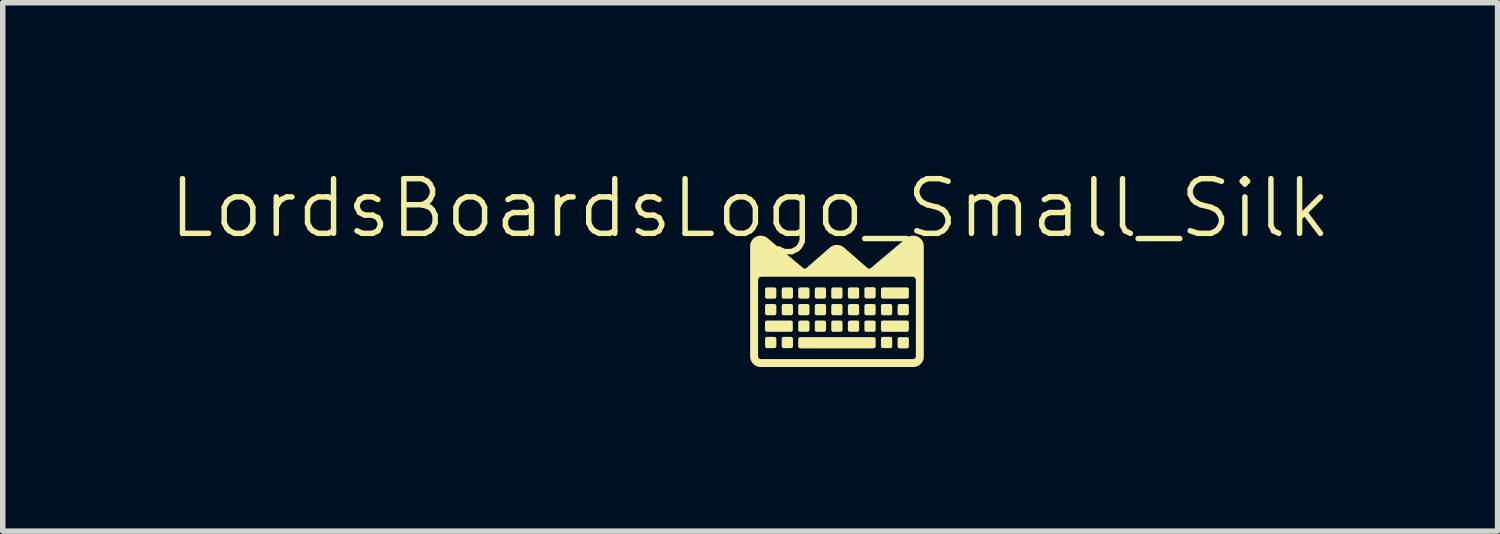
<source format=kicad_pcb>
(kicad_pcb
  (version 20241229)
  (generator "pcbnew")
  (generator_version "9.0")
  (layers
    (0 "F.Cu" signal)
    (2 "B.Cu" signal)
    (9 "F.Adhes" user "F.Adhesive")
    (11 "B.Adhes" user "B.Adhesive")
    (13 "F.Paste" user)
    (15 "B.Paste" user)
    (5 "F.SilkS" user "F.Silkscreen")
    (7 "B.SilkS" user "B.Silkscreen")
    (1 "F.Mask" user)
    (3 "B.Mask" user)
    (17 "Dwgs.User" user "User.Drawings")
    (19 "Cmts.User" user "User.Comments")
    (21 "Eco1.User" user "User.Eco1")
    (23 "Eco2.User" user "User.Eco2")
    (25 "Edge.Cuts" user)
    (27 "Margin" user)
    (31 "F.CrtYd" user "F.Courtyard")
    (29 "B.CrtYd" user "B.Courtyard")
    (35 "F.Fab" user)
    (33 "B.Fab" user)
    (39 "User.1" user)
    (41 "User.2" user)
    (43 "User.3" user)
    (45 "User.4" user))
  (footprint "LordsBoardsLogo_Small_Silk"
    (layer "F.Cu")
    (at 10.669 1.26)
    (property "Reference" "LordsBoardsLogo_Small_Silk" (at 0 -0.5 0) (unlocked yes) (layer "F.SilkS") (effects (font (size 1 1) (thickness 0.1))))
    (attr smd)
    (fp_poly (pts (xy 0.444 0.946) (xy 0.446 0.946) (xy 0.448 0.947) (xy 0.45 0.947) (xy 0.451 0.947) (xy 0.453 0.948) (xy 0.455 0.948) (xy 0.456 0.949) (xy 0.458 0.95) (xy 0.46 0.951) (xy 0.461 0.952) (xy 0.463 0.952) (xy 0.464 0.954) (xy 0.465 0.955) (xy 0.467 0.956) (xy 0.468 0.957) (xy 0.469 0.958) (xy 0.47 0.96) (xy 0.471 0.961) (xy 0.472 0.962) (xy 0.473 0.964) (xy 0.474 0.965) (xy 0.475 0.967) (xy 0.476 0.968) (xy 0.476 0.97) (xy 0.477 0.972) (xy 0.478 0.974) (xy 0.478 0.975) (xy 0.478 0.977) (xy 0.478 0.979) (xy 0.479 0.981) (xy 0.479 0.983) (xy 0.479 1.116) (xy 0.479 1.118) (xy 0.478 1.12) (xy 0.478 1.121) (xy 0.478 1.123) (xy 0.478 1.125) (xy 0.477 1.127) (xy 0.476 1.128) (xy 0.476 1.13) (xy 0.475 1.132) (xy 0.474 1.133) (xy 0.473 1.135) (xy 0.472 1.136) (xy 0.471 1.138) (xy 0.47 1.139) (xy 0.469 1.14) (xy 0.468 1.142) (xy 0.467 1.143) (xy 0.465 1.144) (xy 0.464 1.145) (xy 0.463 1.146) (xy 0.461 1.147) (xy 0.46 1.148) (xy 0.458 1.149) (xy 0.456 1.149) (xy 0.455 1.15) (xy 0.453 1.151) (xy 0.451 1.151) (xy 0.45 1.152) (xy 0.448 1.152) (xy 0.446 1.152) (xy 0.444 1.152) (xy 0.442 1.152) (xy 0.309 1.152) (xy 0.307 1.152) (xy 0.305 1.152) (xy 0.303 1.152) (xy 0.302 1.152) (xy 0.3 1.151) (xy 0.298 1.151) (xy 0.297 1.15) (xy 0.295 1.149) (xy 0.293 1.149) (xy 0.292 1.148) (xy 0.29 1.147) (xy 0.289 1.146) (xy 0.287 1.145) (xy 0.286 1.144) (xy 0.285 1.143) (xy 0.283 1.142) (xy 0.282 1.14) (xy 0.281 1.139) (xy 0.28 1.138) (xy 0.279 1.136) (xy 0.278 1.135) (xy 0.277 1.133) (xy 0.276 1.132) (xy 0.276 1.13) (xy 0.275 1.128) (xy 0.274 1.127) (xy 0.274 1.125) (xy 0.273 1.123) (xy 0.273 1.121) (xy 0.273 1.12) (xy 0.273 1.118) (xy 0.273 1.116) (xy 0.273 0.983) (xy 0.273 0.981) (xy 0.273 0.979) (xy 0.273 0.977) (xy 0.273 0.975) (xy 0.274 0.974) (xy 0.274 0.972) (xy 0.275 0.97) (xy 0.276 0.968) (xy 0.276 0.967) (xy 0.277 0.965) (xy 0.278 0.964) (xy 0.279 0.962) (xy 0.28 0.961) (xy 0.281 0.96) (xy 0.282 0.958) (xy 0.283 0.957) (xy 0.285 0.956) (xy 0.286 0.955) (xy 0.287 0.954) (xy 0.289 0.952) (xy 0.29 0.952) (xy 0.292 0.951) (xy 0.293 0.95) (xy 0.295 0.949) (xy 0.297 0.948) (xy 0.298 0.948) (xy 0.3 0.947) (xy 0.302 0.947) (xy 0.303 0.947) (xy 0.305 0.946) (xy 0.307 0.946) (xy 0.309 0.946) (xy 0.442 0.946)) (stroke (width -0.000001) (type solid)) (fill yes) (layer "F.SilkS"))
    (fp_poly (pts (xy 0.444 1.249) (xy 0.446 1.249) (xy 0.448 1.25) (xy 0.45 1.25) (xy 0.451 1.25) (xy 0.453 1.251) (xy 0.455 1.251) (xy 0.456 1.252) (xy 0.458 1.253) (xy 0.46 1.254) (xy 0.461 1.255) (xy 0.463 1.255) (xy 0.464 1.256) (xy 0.465 1.258) (xy 0.467 1.259) (xy 0.468 1.26) (xy 0.469 1.261) (xy 0.47 1.262) (xy 0.471 1.264) (xy 0.472 1.265) (xy 0.473 1.267) (xy 0.474 1.268) (xy 0.475 1.27) (xy 0.476 1.271) (xy 0.476 1.273) (xy 0.477 1.275) (xy 0.478 1.277) (xy 0.478 1.278) (xy 0.478 1.28) (xy 0.478 1.282) (xy 0.479 1.284) (xy 0.479 1.286) (xy 0.479 1.419) (xy 0.479 1.421) (xy 0.478 1.423) (xy 0.478 1.424) (xy 0.478 1.426) (xy 0.478 1.428) (xy 0.477 1.43) (xy 0.476 1.431) (xy 0.476 1.433) (xy 0.475 1.435) (xy 0.474 1.436) (xy 0.473 1.438) (xy 0.472 1.439) (xy 0.471 1.441) (xy 0.47 1.442) (xy 0.469 1.443) (xy 0.468 1.445) (xy 0.467 1.446) (xy 0.465 1.447) (xy 0.464 1.448) (xy 0.463 1.449) (xy 0.461 1.45) (xy 0.46 1.451) (xy 0.458 1.452) (xy 0.456 1.452) (xy 0.455 1.453) (xy 0.453 1.454) (xy 0.451 1.454) (xy 0.45 1.455) (xy 0.448 1.455) (xy 0.446 1.455) (xy 0.444 1.455) (xy 0.442 1.455) (xy 0.309 1.455) (xy 0.307 1.455) (xy 0.305 1.455) (xy 0.303 1.455) (xy 0.302 1.455) (xy 0.3 1.454) (xy 0.298 1.454) (xy 0.297 1.453) (xy 0.295 1.452) (xy 0.293 1.452) (xy 0.292 1.451) (xy 0.29 1.45) (xy 0.289 1.449) (xy 0.287 1.448) (xy 0.286 1.447) (xy 0.285 1.446) (xy 0.283 1.445) (xy 0.282 1.443) (xy 0.281 1.442) (xy 0.28 1.441) (xy 0.279 1.439) (xy 0.278 1.438) (xy 0.277 1.436) (xy 0.276 1.435) (xy 0.276 1.433) (xy 0.275 1.431) (xy 0.274 1.43) (xy 0.274 1.428) (xy 0.273 1.426) (xy 0.273 1.424) (xy 0.273 1.423) (xy 0.273 1.421) (xy 0.273 1.419) (xy 0.273 1.286) (xy 0.273 1.284) (xy 0.273 1.282) (xy 0.273 1.28) (xy 0.273 1.278) (xy 0.274 1.277) (xy 0.274 1.275) (xy 0.275 1.273) (xy 0.276 1.271) (xy 0.276 1.27) (xy 0.277 1.268) (xy 0.278 1.267) (xy 0.279 1.265) (xy 0.28 1.264) (xy 0.281 1.262) (xy 0.282 1.261) (xy 0.283 1.26) (xy 0.285 1.259) (xy 0.286 1.258) (xy 0.287 1.256) (xy 0.289 1.255) (xy 0.29 1.255) (xy 0.292 1.254) (xy 0.293 1.253) (xy 0.295 1.252) (xy 0.297 1.251) (xy 0.298 1.251) (xy 0.3 1.25) (xy 0.302 1.25) (xy 0.303 1.25) (xy 0.305 1.249) (xy 0.307 1.249) (xy 0.309 1.249) (xy 0.442 1.249)) (stroke (width -0.000001) (type solid)) (fill yes) (layer "F.SilkS"))
    (fp_poly (pts (xy 0.444 1.851) (xy 0.446 1.851) (xy 0.448 1.851) (xy 0.45 1.852) (xy 0.451 1.852) (xy 0.453 1.852) (xy 0.455 1.853) (xy 0.456 1.854) (xy 0.458 1.854) (xy 0.46 1.855) (xy 0.461 1.856) (xy 0.463 1.857) (xy 0.464 1.858) (xy 0.465 1.859) (xy 0.467 1.86) (xy 0.468 1.861) (xy 0.469 1.863) (xy 0.47 1.864) (xy 0.471 1.865) (xy 0.472 1.867) (xy 0.473 1.868) (xy 0.474 1.87) (xy 0.475 1.871) (xy 0.476 1.873) (xy 0.476 1.875) (xy 0.477 1.876) (xy 0.478 1.878) (xy 0.478 1.88) (xy 0.478 1.882) (xy 0.478 1.883) (xy 0.479 1.885) (xy 0.479 1.887) (xy 0.479 2.02) (xy 0.479 2.022) (xy 0.478 2.024) (xy 0.478 2.026) (xy 0.478 2.028) (xy 0.478 2.03) (xy 0.477 2.031) (xy 0.476 2.033) (xy 0.476 2.035) (xy 0.475 2.036) (xy 0.474 2.038) (xy 0.473 2.039) (xy 0.472 2.041) (xy 0.471 2.042) (xy 0.47 2.044) (xy 0.469 2.045) (xy 0.468 2.046) (xy 0.467 2.047) (xy 0.465 2.049) (xy 0.464 2.05) (xy 0.463 2.051) (xy 0.461 2.052) (xy 0.46 2.052) (xy 0.458 2.053) (xy 0.456 2.054) (xy 0.455 2.055) (xy 0.453 2.055) (xy 0.451 2.056) (xy 0.45 2.056) (xy 0.448 2.056) (xy 0.446 2.057) (xy 0.444 2.057) (xy 0.442 2.057) (xy 0.309 2.057) (xy 0.307 2.057) (xy 0.305 2.057) (xy 0.303 2.056) (xy 0.302 2.056) (xy 0.3 2.056) (xy 0.298 2.055) (xy 0.297 2.055) (xy 0.295 2.054) (xy 0.293 2.053) (xy 0.292 2.052) (xy 0.29 2.052) (xy 0.289 2.051) (xy 0.287 2.05) (xy 0.286 2.049) (xy 0.285 2.047) (xy 0.283 2.046) (xy 0.282 2.045) (xy 0.281 2.044) (xy 0.28 2.042) (xy 0.279 2.041) (xy 0.278 2.039) (xy 0.277 2.038) (xy 0.276 2.036) (xy 0.276 2.035) (xy 0.275 2.033) (xy 0.274 2.031) (xy 0.274 2.03) (xy 0.273 2.028) (xy 0.273 2.026) (xy 0.273 2.024) (xy 0.273 2.022) (xy 0.273 2.02) (xy 0.273 1.887) (xy 0.273 1.885) (xy 0.273 1.883) (xy 0.273 1.882) (xy 0.273 1.88) (xy 0.274 1.878) (xy 0.274 1.876) (xy 0.275 1.875) (xy 0.276 1.873) (xy 0.276 1.871) (xy 0.277 1.87) (xy 0.278 1.868) (xy 0.279 1.867) (xy 0.28 1.865) (xy 0.281 1.864) (xy 0.282 1.863) (xy 0.283 1.861) (xy 0.285 1.86) (xy 0.286 1.859) (xy 0.287 1.858) (xy 0.289 1.857) (xy 0.29 1.856) (xy 0.292 1.855) (xy 0.293 1.854) (xy 0.295 1.854) (xy 0.297 1.853) (xy 0.298 1.852) (xy 0.3 1.852) (xy 0.302 1.852) (xy 0.303 1.851) (xy 0.305 1.851) (xy 0.307 1.851) (xy 0.309 1.851) (xy 0.442 1.851)) (stroke (width -0.000001) (type solid)) (fill yes) (layer "F.SilkS"))
    (fp_poly (pts (xy 0.748 0.946) (xy 0.75 0.946) (xy 0.752 0.947) (xy 0.754 0.947) (xy 0.756 0.947) (xy 0.757 0.948) (xy 0.759 0.948) (xy 0.761 0.949) (xy 0.762 0.95) (xy 0.764 0.951) (xy 0.765 0.952) (xy 0.767 0.952) (xy 0.768 0.954) (xy 0.77 0.955) (xy 0.771 0.956) (xy 0.772 0.957) (xy 0.774 0.958) (xy 0.775 0.96) (xy 0.776 0.961) (xy 0.777 0.962) (xy 0.778 0.964) (xy 0.779 0.965) (xy 0.779 0.967) (xy 0.78 0.968) (xy 0.781 0.97) (xy 0.781 0.972) (xy 0.782 0.974) (xy 0.782 0.975) (xy 0.783 0.977) (xy 0.783 0.979) (xy 0.783 0.981) (xy 0.783 0.983) (xy 0.783 1.116) (xy 0.783 1.118) (xy 0.783 1.12) (xy 0.783 1.121) (xy 0.782 1.123) (xy 0.782 1.125) (xy 0.781 1.127) (xy 0.781 1.128) (xy 0.78 1.13) (xy 0.779 1.132) (xy 0.779 1.133) (xy 0.778 1.135) (xy 0.777 1.136) (xy 0.776 1.138) (xy 0.775 1.139) (xy 0.774 1.14) (xy 0.772 1.142) (xy 0.771 1.143) (xy 0.77 1.144) (xy 0.768 1.145) (xy 0.767 1.146) (xy 0.765 1.147) (xy 0.764 1.148) (xy 0.762 1.149) (xy 0.761 1.149) (xy 0.759 1.15) (xy 0.757 1.151) (xy 0.756 1.151) (xy 0.754 1.152) (xy 0.752 1.152) (xy 0.75 1.152) (xy 0.748 1.152) (xy 0.747 1.152) (xy 0.613 1.152) (xy 0.611 1.152) (xy 0.61 1.152) (xy 0.608 1.152) (xy 0.606 1.152) (xy 0.604 1.151) (xy 0.602 1.151) (xy 0.601 1.15) (xy 0.599 1.149) (xy 0.598 1.149) (xy 0.596 1.148) (xy 0.594 1.147) (xy 0.593 1.146) (xy 0.592 1.145) (xy 0.59 1.144) (xy 0.589 1.143) (xy 0.588 1.142) (xy 0.586 1.14) (xy 0.585 1.139) (xy 0.584 1.138) (xy 0.583 1.136) (xy 0.582 1.135) (xy 0.581 1.133) (xy 0.581 1.132) (xy 0.58 1.13) (xy 0.579 1.128) (xy 0.579 1.127) (xy 0.578 1.125) (xy 0.578 1.123) (xy 0.577 1.121) (xy 0.577 1.12) (xy 0.577 1.118) (xy 0.577 1.116) (xy 0.577 0.983) (xy 0.577 0.981) (xy 0.577 0.979) (xy 0.577 0.977) (xy 0.578 0.975) (xy 0.578 0.974) (xy 0.579 0.972) (xy 0.579 0.97) (xy 0.58 0.968) (xy 0.581 0.967) (xy 0.581 0.965) (xy 0.582 0.964) (xy 0.583 0.962) (xy 0.584 0.961) (xy 0.585 0.96) (xy 0.586 0.958) (xy 0.588 0.957) (xy 0.589 0.956) (xy 0.59 0.955) (xy 0.592 0.954) (xy 0.593 0.952) (xy 0.594 0.952) (xy 0.596 0.951) (xy 0.598 0.95) (xy 0.599 0.949) (xy 0.601 0.948) (xy 0.602 0.948) (xy 0.604 0.947) (xy 0.606 0.947) (xy 0.608 0.947) (xy 0.61 0.946) (xy 0.611 0.946) (xy 0.613 0.946) (xy 0.747 0.946)) (stroke (width -0.000001) (type solid)) (fill yes) (layer "F.SilkS"))
    (fp_poly (pts (xy 0.748 1.249) (xy 0.75 1.249) (xy 0.752 1.25) (xy 0.754 1.25) (xy 0.756 1.25) (xy 0.757 1.251) (xy 0.759 1.251) (xy 0.761 1.252) (xy 0.762 1.253) (xy 0.764 1.254) (xy 0.765 1.255) (xy 0.767 1.255) (xy 0.768 1.256) (xy 0.77 1.258) (xy 0.771 1.259) (xy 0.772 1.26) (xy 0.774 1.261) (xy 0.775 1.262) (xy 0.776 1.264) (xy 0.777 1.265) (xy 0.778 1.267) (xy 0.779 1.268) (xy 0.779 1.27) (xy 0.78 1.271) (xy 0.781 1.273) (xy 0.781 1.275) (xy 0.782 1.277) (xy 0.782 1.278) (xy 0.783 1.28) (xy 0.783 1.282) (xy 0.783 1.284) (xy 0.783 1.286) (xy 0.783 1.419) (xy 0.783 1.421) (xy 0.783 1.423) (xy 0.783 1.424) (xy 0.782 1.426) (xy 0.782 1.428) (xy 0.781 1.43) (xy 0.781 1.431) (xy 0.78 1.433) (xy 0.779 1.435) (xy 0.779 1.436) (xy 0.778 1.438) (xy 0.777 1.439) (xy 0.776 1.441) (xy 0.775 1.442) (xy 0.774 1.443) (xy 0.772 1.445) (xy 0.771 1.446) (xy 0.77 1.447) (xy 0.768 1.448) (xy 0.767 1.449) (xy 0.765 1.45) (xy 0.764 1.451) (xy 0.762 1.452) (xy 0.761 1.452) (xy 0.759 1.453) (xy 0.757 1.454) (xy 0.756 1.454) (xy 0.754 1.455) (xy 0.752 1.455) (xy 0.75 1.455) (xy 0.748 1.455) (xy 0.747 1.455) (xy 0.613 1.455) (xy 0.611 1.455) (xy 0.61 1.455) (xy 0.608 1.455) (xy 0.606 1.455) (xy 0.604 1.454) (xy 0.602 1.454) (xy 0.601 1.453) (xy 0.599 1.452) (xy 0.598 1.452) (xy 0.596 1.451) (xy 0.594 1.45) (xy 0.593 1.449) (xy 0.592 1.448) (xy 0.59 1.447) (xy 0.589 1.446) (xy 0.588 1.445) (xy 0.586 1.443) (xy 0.585 1.442) (xy 0.584 1.441) (xy 0.583 1.439) (xy 0.582 1.438) (xy 0.581 1.436) (xy 0.581 1.435) (xy 0.58 1.433) (xy 0.579 1.431) (xy 0.579 1.43) (xy 0.578 1.428) (xy 0.578 1.426) (xy 0.577 1.424) (xy 0.577 1.423) (xy 0.577 1.421) (xy 0.577 1.419) (xy 0.577 1.286) (xy 0.577 1.284) (xy 0.577 1.282) (xy 0.577 1.28) (xy 0.578 1.278) (xy 0.578 1.277) (xy 0.579 1.275) (xy 0.579 1.273) (xy 0.58 1.271) (xy 0.581 1.27) (xy 0.581 1.268) (xy 0.582 1.267) (xy 0.583 1.265) (xy 0.584 1.264) (xy 0.585 1.262) (xy 0.586 1.261) (xy 0.588 1.26) (xy 0.589 1.259) (xy 0.59 1.258) (xy 0.592 1.256) (xy 0.593 1.255) (xy 0.594 1.255) (xy 0.596 1.254) (xy 0.598 1.253) (xy 0.599 1.252) (xy 0.601 1.251) (xy 0.602 1.251) (xy 0.604 1.25) (xy 0.606 1.25) (xy 0.608 1.25) (xy 0.61 1.249) (xy 0.611 1.249) (xy 0.613 1.249) (xy 0.747 1.249)) (stroke (width -0.000001) (type solid)) (fill yes) (layer "F.SilkS"))
    (fp_poly (pts (xy 0.748 1.851) (xy 0.75 1.851) (xy 0.752 1.851) (xy 0.754 1.852) (xy 0.756 1.852) (xy 0.757 1.852) (xy 0.759 1.853) (xy 0.761 1.854) (xy 0.762 1.854) (xy 0.764 1.855) (xy 0.765 1.856) (xy 0.767 1.857) (xy 0.768 1.858) (xy 0.77 1.859) (xy 0.771 1.86) (xy 0.772 1.861) (xy 0.774 1.863) (xy 0.775 1.864) (xy 0.776 1.865) (xy 0.777 1.867) (xy 0.778 1.868) (xy 0.779 1.87) (xy 0.779 1.871) (xy 0.78 1.873) (xy 0.781 1.875) (xy 0.781 1.876) (xy 0.782 1.878) (xy 0.782 1.88) (xy 0.783 1.882) (xy 0.783 1.883) (xy 0.783 1.885) (xy 0.783 1.887) (xy 0.783 2.02) (xy 0.783 2.022) (xy 0.783 2.024) (xy 0.783 2.026) (xy 0.782 2.028) (xy 0.782 2.03) (xy 0.781 2.031) (xy 0.781 2.033) (xy 0.78 2.035) (xy 0.779 2.036) (xy 0.779 2.038) (xy 0.778 2.039) (xy 0.777 2.041) (xy 0.776 2.042) (xy 0.775 2.044) (xy 0.774 2.045) (xy 0.772 2.046) (xy 0.771 2.047) (xy 0.77 2.049) (xy 0.768 2.05) (xy 0.767 2.051) (xy 0.765 2.052) (xy 0.764 2.052) (xy 0.762 2.053) (xy 0.761 2.054) (xy 0.759 2.055) (xy 0.757 2.055) (xy 0.756 2.056) (xy 0.754 2.056) (xy 0.752 2.056) (xy 0.75 2.057) (xy 0.748 2.057) (xy 0.747 2.057) (xy 0.613 2.057) (xy 0.611 2.057) (xy 0.61 2.057) (xy 0.608 2.056) (xy 0.606 2.056) (xy 0.604 2.056) (xy 0.602 2.055) (xy 0.601 2.055) (xy 0.599 2.054) (xy 0.598 2.053) (xy 0.596 2.052) (xy 0.594 2.052) (xy 0.593 2.051) (xy 0.592 2.05) (xy 0.59 2.049) (xy 0.589 2.047) (xy 0.588 2.046) (xy 0.586 2.045) (xy 0.585 2.044) (xy 0.584 2.042) (xy 0.583 2.041) (xy 0.582 2.039) (xy 0.581 2.038) (xy 0.581 2.036) (xy 0.58 2.035) (xy 0.579 2.033) (xy 0.579 2.031) (xy 0.578 2.03) (xy 0.578 2.028) (xy 0.577 2.026) (xy 0.577 2.024) (xy 0.577 2.022) (xy 0.577 2.02) (xy 0.577 1.887) (xy 0.577 1.885) (xy 0.577 1.883) (xy 0.577 1.882) (xy 0.578 1.88) (xy 0.578 1.878) (xy 0.579 1.876) (xy 0.579 1.875) (xy 0.58 1.873) (xy 0.581 1.871) (xy 0.581 1.87) (xy 0.582 1.868) (xy 0.583 1.867) (xy 0.584 1.865) (xy 0.585 1.864) (xy 0.586 1.863) (xy 0.588 1.861) (xy 0.589 1.86) (xy 0.59 1.859) (xy 0.592 1.858) (xy 0.593 1.857) (xy 0.594 1.856) (xy 0.596 1.855) (xy 0.598 1.854) (xy 0.599 1.854) (xy 0.601 1.853) (xy 0.602 1.852) (xy 0.604 1.852) (xy 0.606 1.852) (xy 0.608 1.851) (xy 0.61 1.851) (xy 0.611 1.851) (xy 0.613 1.851) (xy 0.747 1.851)) (stroke (width -0.000001) (type solid)) (fill yes) (layer "F.SilkS"))
    (fp_poly (pts (xy 1.05 0.946) (xy 1.052 0.946) (xy 1.054 0.947) (xy 1.056 0.947) (xy 1.057 0.947) (xy 1.059 0.948) (xy 1.061 0.948) (xy 1.062 0.949) (xy 1.064 0.95) (xy 1.066 0.951) (xy 1.067 0.952) (xy 1.069 0.952) (xy 1.07 0.954) (xy 1.071 0.955) (xy 1.073 0.956) (xy 1.074 0.957) (xy 1.075 0.958) (xy 1.076 0.96) (xy 1.077 0.961) (xy 1.078 0.962) (xy 1.079 0.964) (xy 1.08 0.965) (xy 1.081 0.967) (xy 1.082 0.968) (xy 1.082 0.97) (xy 1.083 0.972) (xy 1.083 0.974) (xy 1.084 0.975) (xy 1.084 0.977) (xy 1.084 0.979) (xy 1.085 0.981) (xy 1.085 0.983) (xy 1.085 1.116) (xy 1.085 1.118) (xy 1.084 1.12) (xy 1.084 1.121) (xy 1.084 1.123) (xy 1.083 1.125) (xy 1.083 1.127) (xy 1.082 1.128) (xy 1.082 1.13) (xy 1.081 1.132) (xy 1.08 1.133) (xy 1.079 1.135) (xy 1.078 1.136) (xy 1.077 1.138) (xy 1.076 1.139) (xy 1.075 1.14) (xy 1.074 1.142) (xy 1.073 1.143) (xy 1.071 1.144) (xy 1.07 1.145) (xy 1.069 1.146) (xy 1.067 1.147) (xy 1.066 1.148) (xy 1.064 1.149) (xy 1.062 1.149) (xy 1.061 1.15) (xy 1.059 1.151) (xy 1.057 1.151) (xy 1.056 1.152) (xy 1.054 1.152) (xy 1.052 1.152) (xy 1.05 1.152) (xy 1.048 1.152) (xy 0.915 1.152) (xy 0.913 1.152) (xy 0.911 1.152) (xy 0.909 1.152) (xy 0.908 1.152) (xy 0.906 1.151) (xy 0.904 1.151) (xy 0.902 1.15) (xy 0.901 1.149) (xy 0.899 1.149) (xy 0.898 1.148) (xy 0.896 1.147) (xy 0.895 1.146) (xy 0.893 1.145) (xy 0.892 1.144) (xy 0.89 1.143) (xy 0.889 1.142) (xy 0.888 1.14) (xy 0.887 1.139) (xy 0.886 1.138) (xy 0.885 1.136) (xy 0.884 1.135) (xy 0.883 1.133) (xy 0.882 1.132) (xy 0.881 1.13) (xy 0.881 1.128) (xy 0.88 1.127) (xy 0.88 1.125) (xy 0.879 1.123) (xy 0.879 1.121) (xy 0.879 1.12) (xy 0.879 1.118) (xy 0.879 1.116) (xy 0.879 0.983) (xy 0.879 0.981) (xy 0.879 0.979) (xy 0.879 0.977) (xy 0.879 0.975) (xy 0.88 0.974) (xy 0.88 0.972) (xy 0.881 0.97) (xy 0.881 0.968) (xy 0.882 0.967) (xy 0.883 0.965) (xy 0.884 0.964) (xy 0.885 0.962) (xy 0.886 0.961) (xy 0.887 0.96) (xy 0.888 0.958) (xy 0.889 0.957) (xy 0.89 0.956) (xy 0.892 0.955) (xy 0.893 0.954) (xy 0.895 0.952) (xy 0.896 0.952) (xy 0.898 0.951) (xy 0.899 0.95) (xy 0.901 0.949) (xy 0.902 0.948) (xy 0.904 0.948) (xy 0.906 0.947) (xy 0.908 0.947) (xy 0.909 0.947) (xy 0.911 0.946) (xy 0.913 0.946) (xy 0.915 0.946) (xy 1.048 0.946)) (stroke (width -0.000001) (type solid)) (fill yes) (layer "F.SilkS"))
    (fp_poly (pts (xy 1.05 1.249) (xy 1.052 1.249) (xy 1.054 1.25) (xy 1.056 1.25) (xy 1.057 1.25) (xy 1.059 1.251) (xy 1.061 1.251) (xy 1.062 1.252) (xy 1.064 1.253) (xy 1.066 1.254) (xy 1.067 1.255) (xy 1.069 1.255) (xy 1.07 1.256) (xy 1.071 1.258) (xy 1.073 1.259) (xy 1.074 1.26) (xy 1.075 1.261) (xy 1.076 1.262) (xy 1.077 1.264) (xy 1.078 1.265) (xy 1.079 1.267) (xy 1.08 1.268) (xy 1.081 1.27) (xy 1.082 1.271) (xy 1.082 1.273) (xy 1.083 1.275) (xy 1.083 1.277) (xy 1.084 1.278) (xy 1.084 1.28) (xy 1.084 1.282) (xy 1.085 1.284) (xy 1.085 1.286) (xy 1.085 1.419) (xy 1.085 1.421) (xy 1.084 1.423) (xy 1.084 1.424) (xy 1.084 1.426) (xy 1.083 1.428) (xy 1.083 1.43) (xy 1.082 1.431) (xy 1.082 1.433) (xy 1.081 1.435) (xy 1.08 1.436) (xy 1.079 1.438) (xy 1.078 1.439) (xy 1.077 1.441) (xy 1.076 1.442) (xy 1.075 1.443) (xy 1.074 1.445) (xy 1.073 1.446) (xy 1.071 1.447) (xy 1.07 1.448) (xy 1.069 1.449) (xy 1.067 1.45) (xy 1.066 1.451) (xy 1.064 1.452) (xy 1.062 1.452) (xy 1.061 1.453) (xy 1.059 1.454) (xy 1.057 1.454) (xy 1.056 1.455) (xy 1.054 1.455) (xy 1.052 1.455) (xy 1.05 1.455) (xy 1.048 1.455) (xy 0.915 1.455) (xy 0.913 1.455) (xy 0.911 1.455) (xy 0.909 1.455) (xy 0.908 1.455) (xy 0.906 1.454) (xy 0.904 1.454) (xy 0.902 1.453) (xy 0.901 1.452) (xy 0.899 1.452) (xy 0.898 1.451) (xy 0.896 1.45) (xy 0.895 1.449) (xy 0.893 1.448) (xy 0.892 1.447) (xy 0.89 1.446) (xy 0.889 1.445) (xy 0.888 1.443) (xy 0.887 1.442) (xy 0.886 1.441) (xy 0.885 1.439) (xy 0.884 1.438) (xy 0.883 1.436) (xy 0.882 1.435) (xy 0.881 1.433) (xy 0.881 1.431) (xy 0.88 1.43) (xy 0.88 1.428) (xy 0.879 1.426) (xy 0.879 1.424) (xy 0.879 1.423) (xy 0.879 1.421) (xy 0.879 1.419) (xy 0.879 1.286) (xy 0.879 1.284) (xy 0.879 1.282) (xy 0.879 1.28) (xy 0.879 1.278) (xy 0.88 1.277) (xy 0.88 1.275) (xy 0.881 1.273) (xy 0.881 1.271) (xy 0.882 1.27) (xy 0.883 1.268) (xy 0.884 1.267) (xy 0.885 1.265) (xy 0.886 1.264) (xy 0.887 1.262) (xy 0.888 1.261) (xy 0.889 1.26) (xy 0.89 1.259) (xy 0.892 1.258) (xy 0.893 1.256) (xy 0.895 1.255) (xy 0.896 1.255) (xy 0.898 1.254) (xy 0.899 1.253) (xy 0.901 1.252) (xy 0.902 1.251) (xy 0.904 1.251) (xy 0.906 1.25) (xy 0.908 1.25) (xy 0.909 1.25) (xy 0.911 1.249) (xy 0.913 1.249) (xy 0.915 1.249) (xy 1.048 1.249)) (stroke (width -0.000001) (type solid)) (fill yes) (layer "F.SilkS"))
    (fp_poly (pts (xy 1.05 1.552) (xy 1.052 1.552) (xy 1.054 1.553) (xy 1.056 1.553) (xy 1.057 1.553) (xy 1.059 1.554) (xy 1.061 1.554) (xy 1.062 1.555) (xy 1.064 1.556) (xy 1.066 1.557) (xy 1.067 1.557) (xy 1.069 1.558) (xy 1.07 1.559) (xy 1.071 1.561) (xy 1.073 1.562) (xy 1.074 1.563) (xy 1.075 1.564) (xy 1.076 1.565) (xy 1.077 1.567) (xy 1.078 1.568) (xy 1.079 1.57) (xy 1.08 1.571) (xy 1.081 1.573) (xy 1.082 1.574) (xy 1.082 1.576) (xy 1.083 1.578) (xy 1.083 1.579) (xy 1.084 1.581) (xy 1.084 1.583) (xy 1.084 1.585) (xy 1.085 1.587) (xy 1.085 1.589) (xy 1.085 1.722) (xy 1.085 1.724) (xy 1.084 1.726) (xy 1.084 1.727) (xy 1.084 1.729) (xy 1.083 1.731) (xy 1.083 1.733) (xy 1.082 1.734) (xy 1.082 1.736) (xy 1.081 1.738) (xy 1.08 1.739) (xy 1.079 1.741) (xy 1.078 1.742) (xy 1.077 1.744) (xy 1.076 1.745) (xy 1.075 1.746) (xy 1.074 1.748) (xy 1.073 1.749) (xy 1.071 1.75) (xy 1.07 1.751) (xy 1.069 1.752) (xy 1.067 1.753) (xy 1.066 1.754) (xy 1.064 1.755) (xy 1.062 1.755) (xy 1.061 1.756) (xy 1.059 1.757) (xy 1.057 1.757) (xy 1.056 1.757) (xy 1.054 1.758) (xy 1.052 1.758) (xy 1.05 1.758) (xy 1.048 1.758) (xy 0.915 1.758) (xy 0.913 1.758) (xy 0.911 1.758) (xy 0.909 1.758) (xy 0.908 1.757) (xy 0.906 1.757) (xy 0.904 1.757) (xy 0.902 1.756) (xy 0.901 1.755) (xy 0.899 1.755) (xy 0.898 1.754) (xy 0.896 1.753) (xy 0.895 1.752) (xy 0.893 1.751) (xy 0.892 1.75) (xy 0.89 1.749) (xy 0.889 1.748) (xy 0.888 1.746) (xy 0.887 1.745) (xy 0.886 1.744) (xy 0.885 1.742) (xy 0.884 1.741) (xy 0.883 1.739) (xy 0.882 1.738) (xy 0.881 1.736) (xy 0.881 1.734) (xy 0.88 1.733) (xy 0.88 1.731) (xy 0.879 1.729) (xy 0.879 1.727) (xy 0.879 1.726) (xy 0.879 1.724) (xy 0.879 1.722) (xy 0.879 1.589) (xy 0.879 1.587) (xy 0.879 1.585) (xy 0.879 1.583) (xy 0.879 1.581) (xy 0.88 1.579) (xy 0.88 1.578) (xy 0.881 1.576) (xy 0.881 1.574) (xy 0.882 1.573) (xy 0.883 1.571) (xy 0.884 1.57) (xy 0.885 1.568) (xy 0.886 1.567) (xy 0.887 1.565) (xy 0.888 1.564) (xy 0.889 1.563) (xy 0.89 1.562) (xy 0.892 1.561) (xy 0.893 1.559) (xy 0.895 1.558) (xy 0.896 1.557) (xy 0.898 1.557) (xy 0.899 1.556) (xy 0.901 1.555) (xy 0.902 1.554) (xy 0.904 1.554) (xy 0.906 1.553) (xy 0.908 1.553) (xy 0.909 1.553) (xy 0.911 1.552) (xy 0.913 1.552) (xy 0.915 1.552) (xy 1.048 1.552)) (stroke (width -0.000001) (type solid)) (fill yes) (layer "F.SilkS"))
    (fp_poly (pts (xy 1.353 0.946) (xy 1.355 0.946) (xy 1.357 0.947) (xy 1.359 0.947) (xy 1.36 0.947) (xy 1.362 0.948) (xy 1.364 0.948) (xy 1.365 0.949) (xy 1.367 0.95) (xy 1.369 0.951) (xy 1.37 0.952) (xy 1.372 0.952) (xy 1.373 0.954) (xy 1.374 0.955) (xy 1.376 0.956) (xy 1.377 0.957) (xy 1.378 0.958) (xy 1.379 0.96) (xy 1.38 0.961) (xy 1.381 0.962) (xy 1.382 0.964) (xy 1.383 0.965) (xy 1.384 0.967) (xy 1.385 0.968) (xy 1.385 0.97) (xy 1.386 0.972) (xy 1.386 0.974) (xy 1.387 0.975) (xy 1.387 0.977) (xy 1.387 0.979) (xy 1.387 0.981) (xy 1.388 0.983) (xy 1.388 1.116) (xy 1.387 1.118) (xy 1.387 1.12) (xy 1.387 1.121) (xy 1.387 1.123) (xy 1.386 1.125) (xy 1.386 1.127) (xy 1.385 1.128) (xy 1.385 1.13) (xy 1.384 1.132) (xy 1.383 1.133) (xy 1.382 1.135) (xy 1.381 1.136) (xy 1.38 1.138) (xy 1.379 1.139) (xy 1.378 1.14) (xy 1.377 1.142) (xy 1.376 1.143) (xy 1.374 1.144) (xy 1.373 1.145) (xy 1.372 1.146) (xy 1.37 1.147) (xy 1.369 1.148) (xy 1.367 1.149) (xy 1.365 1.149) (xy 1.364 1.15) (xy 1.362 1.151) (xy 1.36 1.151) (xy 1.359 1.152) (xy 1.357 1.152) (xy 1.355 1.152) (xy 1.353 1.152) (xy 1.351 1.152) (xy 1.218 1.152) (xy 1.216 1.152) (xy 1.214 1.152) (xy 1.212 1.152) (xy 1.211 1.152) (xy 1.209 1.151) (xy 1.207 1.151) (xy 1.205 1.15) (xy 1.204 1.149) (xy 1.202 1.149) (xy 1.201 1.148) (xy 1.199 1.147) (xy 1.198 1.146) (xy 1.196 1.145) (xy 1.195 1.144) (xy 1.193 1.143) (xy 1.192 1.142) (xy 1.191 1.14) (xy 1.19 1.139) (xy 1.189 1.138) (xy 1.188 1.136) (xy 1.187 1.135) (xy 1.186 1.133) (xy 1.185 1.132) (xy 1.184 1.13) (xy 1.184 1.128) (xy 1.183 1.127) (xy 1.183 1.125) (xy 1.182 1.123) (xy 1.182 1.121) (xy 1.182 1.12) (xy 1.182 1.118) (xy 1.182 1.116) (xy 1.182 0.983) (xy 1.182 0.981) (xy 1.182 0.979) (xy 1.182 0.977) (xy 1.182 0.975) (xy 1.183 0.974) (xy 1.183 0.972) (xy 1.184 0.97) (xy 1.184 0.968) (xy 1.185 0.967) (xy 1.186 0.965) (xy 1.187 0.964) (xy 1.188 0.962) (xy 1.189 0.961) (xy 1.19 0.96) (xy 1.191 0.958) (xy 1.192 0.957) (xy 1.193 0.956) (xy 1.195 0.955) (xy 1.196 0.954) (xy 1.198 0.952) (xy 1.199 0.952) (xy 1.201 0.951) (xy 1.202 0.95) (xy 1.204 0.949) (xy 1.205 0.948) (xy 1.207 0.948) (xy 1.209 0.947) (xy 1.211 0.947) (xy 1.212 0.947) (xy 1.214 0.946) (xy 1.216 0.946) (xy 1.218 0.946) (xy 1.351 0.946)) (stroke (width -0.000001) (type solid)) (fill yes) (layer "F.SilkS"))
    (fp_poly (pts (xy 1.353 1.249) (xy 1.355 1.249) (xy 1.357 1.25) (xy 1.359 1.25) (xy 1.36 1.25) (xy 1.362 1.251) (xy 1.364 1.251) (xy 1.365 1.252) (xy 1.367 1.253) (xy 1.369 1.254) (xy 1.37 1.255) (xy 1.372 1.255) (xy 1.373 1.256) (xy 1.374 1.258) (xy 1.376 1.259) (xy 1.377 1.26) (xy 1.378 1.261) (xy 1.379 1.262) (xy 1.38 1.264) (xy 1.381 1.265) (xy 1.382 1.267) (xy 1.383 1.268) (xy 1.384 1.27) (xy 1.385 1.271) (xy 1.385 1.273) (xy 1.386 1.275) (xy 1.386 1.277) (xy 1.387 1.278) (xy 1.387 1.28) (xy 1.387 1.282) (xy 1.387 1.284) (xy 1.388 1.286) (xy 1.388 1.419) (xy 1.387 1.421) (xy 1.387 1.423) (xy 1.387 1.424) (xy 1.387 1.426) (xy 1.386 1.428) (xy 1.386 1.43) (xy 1.385 1.431) (xy 1.385 1.433) (xy 1.384 1.435) (xy 1.383 1.436) (xy 1.382 1.438) (xy 1.381 1.439) (xy 1.38 1.441) (xy 1.379 1.442) (xy 1.378 1.443) (xy 1.377 1.445) (xy 1.376 1.446) (xy 1.374 1.447) (xy 1.373 1.448) (xy 1.372 1.449) (xy 1.37 1.45) (xy 1.369 1.451) (xy 1.367 1.452) (xy 1.365 1.452) (xy 1.364 1.453) (xy 1.362 1.454) (xy 1.36 1.454) (xy 1.359 1.455) (xy 1.357 1.455) (xy 1.355 1.455) (xy 1.353 1.455) (xy 1.351 1.455) (xy 1.218 1.455) (xy 1.216 1.455) (xy 1.214 1.455) (xy 1.212 1.455) (xy 1.211 1.455) (xy 1.209 1.454) (xy 1.207 1.454) (xy 1.205 1.453) (xy 1.204 1.452) (xy 1.202 1.452) (xy 1.201 1.451) (xy 1.199 1.45) (xy 1.198 1.449) (xy 1.196 1.448) (xy 1.195 1.447) (xy 1.193 1.446) (xy 1.192 1.445) (xy 1.191 1.443) (xy 1.19 1.442) (xy 1.189 1.441) (xy 1.188 1.439) (xy 1.187 1.438) (xy 1.186 1.436) (xy 1.185 1.435) (xy 1.184 1.433) (xy 1.184 1.431) (xy 1.183 1.43) (xy 1.183 1.428) (xy 1.182 1.426) (xy 1.182 1.424) (xy 1.182 1.423) (xy 1.182 1.421) (xy 1.182 1.419) (xy 1.182 1.286) (xy 1.182 1.284) (xy 1.182 1.282) (xy 1.182 1.28) (xy 1.182 1.278) (xy 1.183 1.277) (xy 1.183 1.275) (xy 1.184 1.273) (xy 1.184 1.271) (xy 1.185 1.27) (xy 1.186 1.268) (xy 1.187 1.267) (xy 1.188 1.265) (xy 1.189 1.264) (xy 1.19 1.262) (xy 1.191 1.261) (xy 1.192 1.26) (xy 1.193 1.259) (xy 1.195 1.258) (xy 1.196 1.256) (xy 1.198 1.255) (xy 1.199 1.255) (xy 1.201 1.254) (xy 1.202 1.253) (xy 1.204 1.252) (xy 1.205 1.251) (xy 1.207 1.251) (xy 1.209 1.25) (xy 1.211 1.25) (xy 1.212 1.25) (xy 1.214 1.249) (xy 1.216 1.249) (xy 1.218 1.249) (xy 1.351 1.249)) (stroke (width -0.000001) (type solid)) (fill yes) (layer "F.SilkS"))
    (fp_poly (pts (xy 1.353 1.552) (xy 1.355 1.552) (xy 1.357 1.553) (xy 1.359 1.553) (xy 1.36 1.553) (xy 1.362 1.554) (xy 1.364 1.554) (xy 1.365 1.555) (xy 1.367 1.556) (xy 1.369 1.557) (xy 1.37 1.557) (xy 1.372 1.558) (xy 1.373 1.559) (xy 1.374 1.561) (xy 1.376 1.562) (xy 1.377 1.563) (xy 1.378 1.564) (xy 1.379 1.565) (xy 1.38 1.567) (xy 1.381 1.568) (xy 1.382 1.57) (xy 1.383 1.571) (xy 1.384 1.573) (xy 1.385 1.574) (xy 1.385 1.576) (xy 1.386 1.578) (xy 1.386 1.579) (xy 1.387 1.581) (xy 1.387 1.583) (xy 1.387 1.585) (xy 1.387 1.587) (xy 1.388 1.589) (xy 1.388 1.722) (xy 1.387 1.724) (xy 1.387 1.726) (xy 1.387 1.727) (xy 1.387 1.729) (xy 1.386 1.731) (xy 1.386 1.733) (xy 1.385 1.734) (xy 1.385 1.736) (xy 1.384 1.738) (xy 1.383 1.739) (xy 1.382 1.741) (xy 1.381 1.742) (xy 1.38 1.744) (xy 1.379 1.745) (xy 1.378 1.746) (xy 1.377 1.748) (xy 1.376 1.749) (xy 1.374 1.75) (xy 1.373 1.751) (xy 1.372 1.752) (xy 1.37 1.753) (xy 1.369 1.754) (xy 1.367 1.755) (xy 1.365 1.755) (xy 1.364 1.756) (xy 1.362 1.757) (xy 1.36 1.757) (xy 1.359 1.757) (xy 1.357 1.758) (xy 1.355 1.758) (xy 1.353 1.758) (xy 1.351 1.758) (xy 1.218 1.758) (xy 1.216 1.758) (xy 1.214 1.758) (xy 1.212 1.758) (xy 1.211 1.757) (xy 1.209 1.757) (xy 1.207 1.757) (xy 1.205 1.756) (xy 1.204 1.755) (xy 1.202 1.755) (xy 1.201 1.754) (xy 1.199 1.753) (xy 1.198 1.752) (xy 1.196 1.751) (xy 1.195 1.75) (xy 1.193 1.749) (xy 1.192 1.748) (xy 1.191 1.746) (xy 1.19 1.745) (xy 1.189 1.744) (xy 1.188 1.742) (xy 1.187 1.741) (xy 1.186 1.739) (xy 1.185 1.738) (xy 1.184 1.736) (xy 1.184 1.734) (xy 1.183 1.733) (xy 1.183 1.731) (xy 1.182 1.729) (xy 1.182 1.727) (xy 1.182 1.726) (xy 1.182 1.724) (xy 1.182 1.722) (xy 1.182 1.589) (xy 1.182 1.587) (xy 1.182 1.585) (xy 1.182 1.583) (xy 1.182 1.581) (xy 1.183 1.579) (xy 1.183 1.578) (xy 1.184 1.576) (xy 1.184 1.574) (xy 1.185 1.573) (xy 1.186 1.571) (xy 1.187 1.57) (xy 1.188 1.568) (xy 1.189 1.567) (xy 1.19 1.565) (xy 1.191 1.564) (xy 1.192 1.563) (xy 1.193 1.562) (xy 1.195 1.561) (xy 1.196 1.559) (xy 1.198 1.558) (xy 1.199 1.557) (xy 1.201 1.557) (xy 1.202 1.556) (xy 1.204 1.555) (xy 1.205 1.554) (xy 1.207 1.554) (xy 1.209 1.553) (xy 1.211 1.553) (xy 1.212 1.553) (xy 1.214 1.552) (xy 1.216 1.552) (xy 1.218 1.552) (xy 1.351 1.552)) (stroke (width -0.000001) (type solid)) (fill yes) (layer "F.SilkS"))
    (fp_poly (pts (xy 1.655 0.946) (xy 1.657 0.946) (xy 1.658 0.947) (xy 1.66 0.947) (xy 1.662 0.947) (xy 1.664 0.948) (xy 1.665 0.948) (xy 1.667 0.949) (xy 1.669 0.95) (xy 1.67 0.951) (xy 1.672 0.952) (xy 1.673 0.952) (xy 1.675 0.954) (xy 1.676 0.955) (xy 1.677 0.956) (xy 1.679 0.957) (xy 1.68 0.958) (xy 1.681 0.96) (xy 1.682 0.961) (xy 1.683 0.962) (xy 1.684 0.964) (xy 1.685 0.965) (xy 1.686 0.967) (xy 1.686 0.968) (xy 1.687 0.97) (xy 1.688 0.972) (xy 1.688 0.974) (xy 1.688 0.975) (xy 1.689 0.977) (xy 1.689 0.979) (xy 1.689 0.981) (xy 1.689 0.983) (xy 1.689 1.116) (xy 1.689 1.118) (xy 1.689 1.12) (xy 1.689 1.121) (xy 1.688 1.123) (xy 1.688 1.125) (xy 1.688 1.127) (xy 1.687 1.128) (xy 1.686 1.13) (xy 1.686 1.132) (xy 1.685 1.133) (xy 1.684 1.135) (xy 1.683 1.136) (xy 1.682 1.138) (xy 1.681 1.139) (xy 1.68 1.14) (xy 1.679 1.142) (xy 1.677 1.143) (xy 1.676 1.144) (xy 1.675 1.145) (xy 1.673 1.146) (xy 1.672 1.147) (xy 1.67 1.148) (xy 1.669 1.149) (xy 1.667 1.149) (xy 1.665 1.15) (xy 1.664 1.151) (xy 1.662 1.151) (xy 1.66 1.152) (xy 1.658 1.152) (xy 1.657 1.152) (xy 1.655 1.152) (xy 1.653 1.152) (xy 1.52 1.152) (xy 1.518 1.152) (xy 1.516 1.152) (xy 1.514 1.152) (xy 1.512 1.152) (xy 1.51 1.151) (xy 1.509 1.151) (xy 1.507 1.15) (xy 1.505 1.149) (xy 1.504 1.149) (xy 1.502 1.148) (xy 1.501 1.147) (xy 1.499 1.146) (xy 1.498 1.145) (xy 1.496 1.144) (xy 1.495 1.143) (xy 1.494 1.142) (xy 1.493 1.14) (xy 1.491 1.139) (xy 1.49 1.138) (xy 1.489 1.136) (xy 1.488 1.135) (xy 1.488 1.133) (xy 1.487 1.132) (xy 1.486 1.13) (xy 1.485 1.128) (xy 1.485 1.127) (xy 1.484 1.125) (xy 1.484 1.123) (xy 1.484 1.121) (xy 1.483 1.12) (xy 1.483 1.118) (xy 1.483 1.116) (xy 1.483 0.983) (xy 1.483 0.981) (xy 1.483 0.979) (xy 1.484 0.977) (xy 1.484 0.975) (xy 1.484 0.974) (xy 1.485 0.972) (xy 1.485 0.97) (xy 1.486 0.968) (xy 1.487 0.967) (xy 1.488 0.965) (xy 1.488 0.964) (xy 1.489 0.962) (xy 1.49 0.961) (xy 1.491 0.96) (xy 1.493 0.958) (xy 1.494 0.957) (xy 1.495 0.956) (xy 1.496 0.955) (xy 1.498 0.954) (xy 1.499 0.952) (xy 1.501 0.952) (xy 1.502 0.951) (xy 1.504 0.95) (xy 1.505 0.949) (xy 1.507 0.948) (xy 1.509 0.948) (xy 1.51 0.947) (xy 1.512 0.947) (xy 1.514 0.947) (xy 1.516 0.946) (xy 1.518 0.946) (xy 1.52 0.946) (xy 1.653 0.946)) (stroke (width -0.000001) (type solid)) (fill yes) (layer "F.SilkS"))
    (fp_poly (pts (xy 1.655 1.249) (xy 1.657 1.249) (xy 1.658 1.25) (xy 1.66 1.25) (xy 1.662 1.25) (xy 1.664 1.251) (xy 1.665 1.251) (xy 1.667 1.252) (xy 1.669 1.253) (xy 1.67 1.254) (xy 1.672 1.255) (xy 1.673 1.255) (xy 1.675 1.256) (xy 1.676 1.258) (xy 1.677 1.259) (xy 1.679 1.26) (xy 1.68 1.261) (xy 1.681 1.262) (xy 1.682 1.264) (xy 1.683 1.265) (xy 1.684 1.267) (xy 1.685 1.268) (xy 1.686 1.27) (xy 1.686 1.271) (xy 1.687 1.273) (xy 1.688 1.275) (xy 1.688 1.277) (xy 1.688 1.278) (xy 1.689 1.28) (xy 1.689 1.282) (xy 1.689 1.284) (xy 1.689 1.286) (xy 1.689 1.419) (xy 1.689 1.421) (xy 1.689 1.423) (xy 1.689 1.424) (xy 1.688 1.426) (xy 1.688 1.428) (xy 1.688 1.43) (xy 1.687 1.431) (xy 1.686 1.433) (xy 1.686 1.435) (xy 1.685 1.436) (xy 1.684 1.438) (xy 1.683 1.439) (xy 1.682 1.441) (xy 1.681 1.442) (xy 1.68 1.443) (xy 1.679 1.445) (xy 1.677 1.446) (xy 1.676 1.447) (xy 1.675 1.448) (xy 1.673 1.449) (xy 1.672 1.45) (xy 1.67 1.451) (xy 1.669 1.452) (xy 1.667 1.452) (xy 1.665 1.453) (xy 1.664 1.454) (xy 1.662 1.454) (xy 1.66 1.455) (xy 1.658 1.455) (xy 1.657 1.455) (xy 1.655 1.455) (xy 1.653 1.455) (xy 1.52 1.455) (xy 1.518 1.455) (xy 1.516 1.455) (xy 1.514 1.455) (xy 1.512 1.455) (xy 1.51 1.454) (xy 1.509 1.454) (xy 1.507 1.453) (xy 1.505 1.452) (xy 1.504 1.452) (xy 1.502 1.451) (xy 1.501 1.45) (xy 1.499 1.449) (xy 1.498 1.448) (xy 1.496 1.447) (xy 1.495 1.446) (xy 1.494 1.445) (xy 1.493 1.443) (xy 1.491 1.442) (xy 1.49 1.441) (xy 1.489 1.439) (xy 1.488 1.438) (xy 1.488 1.436) (xy 1.487 1.435) (xy 1.486 1.433) (xy 1.485 1.431) (xy 1.485 1.43) (xy 1.484 1.428) (xy 1.484 1.426) (xy 1.484 1.424) (xy 1.483 1.423) (xy 1.483 1.421) (xy 1.483 1.419) (xy 1.483 1.286) (xy 1.483 1.284) (xy 1.483 1.282) (xy 1.484 1.28) (xy 1.484 1.278) (xy 1.484 1.277) (xy 1.485 1.275) (xy 1.485 1.273) (xy 1.486 1.271) (xy 1.487 1.27) (xy 1.488 1.268) (xy 1.488 1.267) (xy 1.489 1.265) (xy 1.49 1.264) (xy 1.491 1.262) (xy 1.493 1.261) (xy 1.494 1.26) (xy 1.495 1.259) (xy 1.496 1.258) (xy 1.498 1.256) (xy 1.499 1.255) (xy 1.501 1.255) (xy 1.502 1.254) (xy 1.504 1.253) (xy 1.505 1.252) (xy 1.507 1.251) (xy 1.509 1.251) (xy 1.51 1.25) (xy 1.512 1.25) (xy 1.514 1.25) (xy 1.516 1.249) (xy 1.518 1.249) (xy 1.52 1.249) (xy 1.653 1.249)) (stroke (width -0.000001) (type solid)) (fill yes) (layer "F.SilkS"))
    (fp_poly (pts (xy 1.655 1.552) (xy 1.657 1.552) (xy 1.658 1.553) (xy 1.66 1.553) (xy 1.662 1.553) (xy 1.664 1.554) (xy 1.665 1.554) (xy 1.667 1.555) (xy 1.669 1.556) (xy 1.67 1.557) (xy 1.672 1.557) (xy 1.673 1.558) (xy 1.675 1.559) (xy 1.676 1.561) (xy 1.677 1.562) (xy 1.679 1.563) (xy 1.68 1.564) (xy 1.681 1.565) (xy 1.682 1.567) (xy 1.683 1.568) (xy 1.684 1.57) (xy 1.685 1.571) (xy 1.686 1.573) (xy 1.686 1.574) (xy 1.687 1.576) (xy 1.688 1.578) (xy 1.688 1.579) (xy 1.688 1.581) (xy 1.689 1.583) (xy 1.689 1.585) (xy 1.689 1.587) (xy 1.689 1.589) (xy 1.689 1.722) (xy 1.689 1.724) (xy 1.689 1.726) (xy 1.689 1.727) (xy 1.688 1.729) (xy 1.688 1.731) (xy 1.688 1.733) (xy 1.687 1.734) (xy 1.686 1.736) (xy 1.686 1.738) (xy 1.685 1.739) (xy 1.684 1.741) (xy 1.683 1.742) (xy 1.682 1.744) (xy 1.681 1.745) (xy 1.68 1.746) (xy 1.679 1.748) (xy 1.677 1.749) (xy 1.676 1.75) (xy 1.675 1.751) (xy 1.673 1.752) (xy 1.672 1.753) (xy 1.67 1.754) (xy 1.669 1.755) (xy 1.667 1.755) (xy 1.665 1.756) (xy 1.664 1.757) (xy 1.662 1.757) (xy 1.66 1.757) (xy 1.658 1.758) (xy 1.657 1.758) (xy 1.655 1.758) (xy 1.653 1.758) (xy 1.52 1.758) (xy 1.518 1.758) (xy 1.516 1.758) (xy 1.514 1.758) (xy 1.512 1.757) (xy 1.51 1.757) (xy 1.509 1.757) (xy 1.507 1.756) (xy 1.505 1.755) (xy 1.504 1.755) (xy 1.502 1.754) (xy 1.501 1.753) (xy 1.499 1.752) (xy 1.498 1.751) (xy 1.496 1.75) (xy 1.495 1.749) (xy 1.494 1.748) (xy 1.493 1.746) (xy 1.491 1.745) (xy 1.49 1.744) (xy 1.489 1.742) (xy 1.488 1.741) (xy 1.488 1.739) (xy 1.487 1.738) (xy 1.486 1.736) (xy 1.485 1.734) (xy 1.485 1.733) (xy 1.484 1.731) (xy 1.484 1.729) (xy 1.484 1.727) (xy 1.483 1.726) (xy 1.483 1.724) (xy 1.483 1.722) (xy 1.483 1.589) (xy 1.483 1.587) (xy 1.483 1.585) (xy 1.484 1.583) (xy 1.484 1.581) (xy 1.484 1.579) (xy 1.485 1.578) (xy 1.485 1.576) (xy 1.486 1.574) (xy 1.487 1.573) (xy 1.488 1.571) (xy 1.488 1.57) (xy 1.489 1.568) (xy 1.49 1.567) (xy 1.491 1.565) (xy 1.493 1.564) (xy 1.494 1.563) (xy 1.495 1.562) (xy 1.496 1.561) (xy 1.498 1.559) (xy 1.499 1.558) (xy 1.501 1.557) (xy 1.502 1.557) (xy 1.504 1.556) (xy 1.505 1.555) (xy 1.507 1.554) (xy 1.509 1.554) (xy 1.51 1.553) (xy 1.512 1.553) (xy 1.514 1.553) (xy 1.516 1.552) (xy 1.518 1.552) (xy 1.52 1.552) (xy 1.653 1.552)) (stroke (width -0.000001) (type solid)) (fill yes) (layer "F.SilkS"))
    (fp_poly (pts (xy 1.959 0.946) (xy 1.961 0.946) (xy 1.963 0.947) (xy 1.964 0.947) (xy 1.966 0.947) (xy 1.968 0.948) (xy 1.97 0.948) (xy 1.971 0.949) (xy 1.973 0.95) (xy 1.974 0.951) (xy 1.976 0.952) (xy 1.977 0.952) (xy 1.979 0.954) (xy 1.98 0.955) (xy 1.982 0.956) (xy 1.983 0.957) (xy 1.984 0.958) (xy 1.985 0.96) (xy 1.986 0.961) (xy 1.987 0.962) (xy 1.988 0.964) (xy 1.989 0.965) (xy 1.99 0.967) (xy 1.991 0.968) (xy 1.991 0.97) (xy 1.992 0.972) (xy 1.992 0.974) (xy 1.993 0.975) (xy 1.993 0.977) (xy 1.993 0.979) (xy 1.993 0.981) (xy 1.993 0.983) (xy 1.993 1.116) (xy 1.993 1.118) (xy 1.993 1.12) (xy 1.993 1.121) (xy 1.993 1.123) (xy 1.992 1.125) (xy 1.992 1.127) (xy 1.991 1.128) (xy 1.991 1.13) (xy 1.99 1.132) (xy 1.989 1.133) (xy 1.988 1.135) (xy 1.987 1.136) (xy 1.986 1.138) (xy 1.985 1.139) (xy 1.984 1.14) (xy 1.983 1.142) (xy 1.982 1.143) (xy 1.98 1.144) (xy 1.979 1.145) (xy 1.977 1.146) (xy 1.976 1.147) (xy 1.974 1.148) (xy 1.973 1.149) (xy 1.971 1.149) (xy 1.97 1.15) (xy 1.968 1.151) (xy 1.966 1.151) (xy 1.964 1.152) (xy 1.963 1.152) (xy 1.961 1.152) (xy 1.959 1.152) (xy 1.957 1.152) (xy 1.824 1.152) (xy 1.822 1.152) (xy 1.82 1.152) (xy 1.818 1.152) (xy 1.816 1.152) (xy 1.815 1.151) (xy 1.813 1.151) (xy 1.811 1.15) (xy 1.81 1.149) (xy 1.808 1.149) (xy 1.806 1.148) (xy 1.805 1.147) (xy 1.803 1.146) (xy 1.802 1.145) (xy 1.801 1.144) (xy 1.799 1.143) (xy 1.798 1.142) (xy 1.797 1.14) (xy 1.796 1.139) (xy 1.795 1.138) (xy 1.794 1.136) (xy 1.793 1.135) (xy 1.792 1.133) (xy 1.791 1.132) (xy 1.79 1.13) (xy 1.79 1.128) (xy 1.789 1.127) (xy 1.789 1.125) (xy 1.788 1.123) (xy 1.788 1.121) (xy 1.788 1.12) (xy 1.787 1.118) (xy 1.787 1.116) (xy 1.787 0.983) (xy 1.787 0.981) (xy 1.788 0.979) (xy 1.788 0.977) (xy 1.788 0.975) (xy 1.789 0.974) (xy 1.789 0.972) (xy 1.79 0.97) (xy 1.79 0.968) (xy 1.791 0.967) (xy 1.792 0.965) (xy 1.793 0.964) (xy 1.794 0.962) (xy 1.795 0.961) (xy 1.796 0.96) (xy 1.797 0.958) (xy 1.798 0.957) (xy 1.799 0.956) (xy 1.801 0.955) (xy 1.802 0.954) (xy 1.803 0.952) (xy 1.805 0.952) (xy 1.806 0.951) (xy 1.808 0.95) (xy 1.81 0.949) (xy 1.811 0.948) (xy 1.813 0.948) (xy 1.815 0.947) (xy 1.816 0.947) (xy 1.818 0.947) (xy 1.82 0.946) (xy 1.822 0.946) (xy 1.824 0.946) (xy 1.957 0.946)) (stroke (width -0.000001) (type solid)) (fill yes) (layer "F.SilkS"))
    (fp_poly (pts (xy 1.959 1.249) (xy 1.961 1.249) (xy 1.963 1.25) (xy 1.964 1.25) (xy 1.966 1.25) (xy 1.968 1.251) (xy 1.97 1.251) (xy 1.971 1.252) (xy 1.973 1.253) (xy 1.974 1.254) (xy 1.976 1.255) (xy 1.977 1.255) (xy 1.979 1.256) (xy 1.98 1.258) (xy 1.982 1.259) (xy 1.983 1.26) (xy 1.984 1.261) (xy 1.985 1.262) (xy 1.986 1.264) (xy 1.987 1.265) (xy 1.988 1.267) (xy 1.989 1.268) (xy 1.99 1.27) (xy 1.991 1.271) (xy 1.991 1.273) (xy 1.992 1.275) (xy 1.992 1.277) (xy 1.993 1.278) (xy 1.993 1.28) (xy 1.993 1.282) (xy 1.993 1.284) (xy 1.993 1.286) (xy 1.993 1.419) (xy 1.993 1.421) (xy 1.993 1.423) (xy 1.993 1.424) (xy 1.993 1.426) (xy 1.992 1.428) (xy 1.992 1.43) (xy 1.991 1.431) (xy 1.991 1.433) (xy 1.99 1.435) (xy 1.989 1.436) (xy 1.988 1.438) (xy 1.987 1.439) (xy 1.986 1.441) (xy 1.985 1.442) (xy 1.984 1.443) (xy 1.983 1.445) (xy 1.982 1.446) (xy 1.98 1.447) (xy 1.979 1.448) (xy 1.977 1.449) (xy 1.976 1.45) (xy 1.974 1.451) (xy 1.973 1.452) (xy 1.971 1.452) (xy 1.97 1.453) (xy 1.968 1.454) (xy 1.966 1.454) (xy 1.964 1.455) (xy 1.963 1.455) (xy 1.961 1.455) (xy 1.959 1.455) (xy 1.957 1.455) (xy 1.824 1.455) (xy 1.822 1.455) (xy 1.82 1.455) (xy 1.818 1.455) (xy 1.816 1.455) (xy 1.815 1.454) (xy 1.813 1.454) (xy 1.811 1.453) (xy 1.81 1.452) (xy 1.808 1.452) (xy 1.806 1.451) (xy 1.805 1.45) (xy 1.803 1.449) (xy 1.802 1.448) (xy 1.801 1.447) (xy 1.799 1.446) (xy 1.798 1.445) (xy 1.797 1.443) (xy 1.796 1.442) (xy 1.795 1.441) (xy 1.794 1.439) (xy 1.793 1.438) (xy 1.792 1.436) (xy 1.791 1.435) (xy 1.79 1.433) (xy 1.79 1.431) (xy 1.789 1.43) (xy 1.789 1.428) (xy 1.788 1.426) (xy 1.788 1.424) (xy 1.788 1.423) (xy 1.787 1.421) (xy 1.787 1.419) (xy 1.787 1.286) (xy 1.787 1.284) (xy 1.788 1.282) (xy 1.788 1.28) (xy 1.788 1.278) (xy 1.789 1.277) (xy 1.789 1.275) (xy 1.79 1.273) (xy 1.79 1.271) (xy 1.791 1.27) (xy 1.792 1.268) (xy 1.793 1.267) (xy 1.794 1.265) (xy 1.795 1.264) (xy 1.796 1.262) (xy 1.797 1.261) (xy 1.798 1.26) (xy 1.799 1.259) (xy 1.801 1.258) (xy 1.802 1.256) (xy 1.803 1.255) (xy 1.805 1.255) (xy 1.806 1.254) (xy 1.808 1.253) (xy 1.81 1.252) (xy 1.811 1.251) (xy 1.813 1.251) (xy 1.815 1.25) (xy 1.816 1.25) (xy 1.818 1.25) (xy 1.82 1.249) (xy 1.822 1.249) (xy 1.824 1.249) (xy 1.957 1.249)) (stroke (width -0.000001) (type solid)) (fill yes) (layer "F.SilkS"))
    (fp_poly (pts (xy 1.959 1.552) (xy 1.961 1.552) (xy 1.963 1.553) (xy 1.964 1.553) (xy 1.966 1.553) (xy 1.968 1.554) (xy 1.97 1.554) (xy 1.971 1.555) (xy 1.973 1.556) (xy 1.974 1.557) (xy 1.976 1.557) (xy 1.977 1.558) (xy 1.979 1.559) (xy 1.98 1.561) (xy 1.982 1.562) (xy 1.983 1.563) (xy 1.984 1.564) (xy 1.985 1.565) (xy 1.986 1.567) (xy 1.987 1.568) (xy 1.988 1.57) (xy 1.989 1.571) (xy 1.99 1.573) (xy 1.991 1.574) (xy 1.991 1.576) (xy 1.992 1.578) (xy 1.992 1.579) (xy 1.993 1.581) (xy 1.993 1.583) (xy 1.993 1.585) (xy 1.993 1.587) (xy 1.993 1.589) (xy 1.993 1.722) (xy 1.993 1.724) (xy 1.993 1.726) (xy 1.993 1.727) (xy 1.993 1.729) (xy 1.992 1.731) (xy 1.992 1.733) (xy 1.991 1.734) (xy 1.991 1.736) (xy 1.99 1.738) (xy 1.989 1.739) (xy 1.988 1.741) (xy 1.987 1.742) (xy 1.986 1.744) (xy 1.985 1.745) (xy 1.984 1.746) (xy 1.983 1.748) (xy 1.982 1.749) (xy 1.98 1.75) (xy 1.979 1.751) (xy 1.977 1.752) (xy 1.976 1.753) (xy 1.974 1.754) (xy 1.973 1.755) (xy 1.971 1.755) (xy 1.97 1.756) (xy 1.968 1.757) (xy 1.966 1.757) (xy 1.964 1.757) (xy 1.963 1.758) (xy 1.961 1.758) (xy 1.959 1.758) (xy 1.957 1.758) (xy 1.824 1.758) (xy 1.822 1.758) (xy 1.82 1.758) (xy 1.818 1.758) (xy 1.816 1.757) (xy 1.815 1.757) (xy 1.813 1.757) (xy 1.811 1.756) (xy 1.81 1.755) (xy 1.808 1.755) (xy 1.806 1.754) (xy 1.805 1.753) (xy 1.803 1.752) (xy 1.802 1.751) (xy 1.801 1.75) (xy 1.799 1.749) (xy 1.798 1.748) (xy 1.797 1.746) (xy 1.796 1.745) (xy 1.795 1.744) (xy 1.794 1.742) (xy 1.793 1.741) (xy 1.792 1.739) (xy 1.791 1.738) (xy 1.79 1.736) (xy 1.79 1.734) (xy 1.789 1.733) (xy 1.789 1.731) (xy 1.788 1.729) (xy 1.788 1.727) (xy 1.788 1.726) (xy 1.787 1.724) (xy 1.787 1.722) (xy 1.787 1.589) (xy 1.787 1.587) (xy 1.788 1.585) (xy 1.788 1.583) (xy 1.788 1.581) (xy 1.789 1.579) (xy 1.789 1.578) (xy 1.79 1.576) (xy 1.79 1.574) (xy 1.791 1.573) (xy 1.792 1.571) (xy 1.793 1.57) (xy 1.794 1.568) (xy 1.795 1.567) (xy 1.796 1.565) (xy 1.797 1.564) (xy 1.798 1.563) (xy 1.799 1.562) (xy 1.801 1.561) (xy 1.802 1.559) (xy 1.803 1.558) (xy 1.805 1.557) (xy 1.806 1.557) (xy 1.808 1.556) (xy 1.81 1.555) (xy 1.811 1.554) (xy 1.813 1.554) (xy 1.815 1.553) (xy 1.816 1.553) (xy 1.818 1.553) (xy 1.82 1.552) (xy 1.822 1.552) (xy 1.824 1.552) (xy 1.957 1.552)) (stroke (width -0.000001) (type solid)) (fill yes) (layer "F.SilkS"))
    (fp_poly (pts (xy 2.261 0.942) (xy 2.262 0.942) (xy 2.264 0.942) (xy 2.266 0.943) (xy 2.268 0.943) (xy 2.27 0.944) (xy 2.271 0.944) (xy 2.273 0.945) (xy 2.274 0.946) (xy 2.276 0.946) (xy 2.278 0.947) (xy 2.279 0.948) (xy 2.28 0.949) (xy 2.282 0.95) (xy 2.283 0.951) (xy 2.284 0.953) (xy 2.286 0.954) (xy 2.287 0.955) (xy 2.288 0.957) (xy 2.289 0.958) (xy 2.29 0.959) (xy 2.291 0.961) (xy 2.291 0.963) (xy 2.292 0.964) (xy 2.293 0.966) (xy 2.293 0.968) (xy 2.294 0.969) (xy 2.294 0.971) (xy 2.295 0.973) (xy 2.295 0.975) (xy 2.295 0.976) (xy 2.295 0.978) (xy 2.295 1.112) (xy 2.295 1.113) (xy 2.295 1.115) (xy 2.295 1.117) (xy 2.294 1.119) (xy 2.294 1.121) (xy 2.293 1.122) (xy 2.293 1.124) (xy 2.292 1.126) (xy 2.291 1.127) (xy 2.291 1.129) (xy 2.29 1.13) (xy 2.289 1.132) (xy 2.288 1.133) (xy 2.287 1.135) (xy 2.286 1.136) (xy 2.284 1.137) (xy 2.283 1.139) (xy 2.282 1.14) (xy 2.28 1.141) (xy 2.279 1.142) (xy 2.278 1.143) (xy 2.276 1.144) (xy 2.274 1.144) (xy 2.273 1.145) (xy 2.271 1.146) (xy 2.27 1.146) (xy 2.268 1.147) (xy 2.266 1.147) (xy 2.264 1.148) (xy 2.262 1.148) (xy 2.261 1.148) (xy 2.259 1.148) (xy 2.125 1.148) (xy 2.124 1.148) (xy 2.122 1.148) (xy 2.12 1.148) (xy 2.118 1.147) (xy 2.116 1.147) (xy 2.115 1.146) (xy 2.113 1.146) (xy 2.111 1.145) (xy 2.11 1.144) (xy 2.108 1.144) (xy 2.107 1.143) (xy 2.105 1.142) (xy 2.104 1.141) (xy 2.102 1.14) (xy 2.101 1.139) (xy 2.1 1.137) (xy 2.099 1.136) (xy 2.097 1.135) (xy 2.096 1.133) (xy 2.095 1.132) (xy 2.094 1.13) (xy 2.093 1.129) (xy 2.093 1.127) (xy 2.092 1.126) (xy 2.091 1.124) (xy 2.091 1.122) (xy 2.09 1.121) (xy 2.09 1.119) (xy 2.089 1.117) (xy 2.089 1.115) (xy 2.089 1.113) (xy 2.089 1.112) (xy 2.089 0.978) (xy 2.089 0.976) (xy 2.089 0.975) (xy 2.089 0.973) (xy 2.09 0.971) (xy 2.09 0.969) (xy 2.091 0.968) (xy 2.091 0.966) (xy 2.092 0.964) (xy 2.093 0.963) (xy 2.093 0.961) (xy 2.094 0.959) (xy 2.095 0.958) (xy 2.096 0.957) (xy 2.097 0.955) (xy 2.099 0.954) (xy 2.1 0.953) (xy 2.101 0.951) (xy 2.102 0.95) (xy 2.104 0.949) (xy 2.105 0.948) (xy 2.107 0.947) (xy 2.108 0.946) (xy 2.11 0.946) (xy 2.111 0.945) (xy 2.113 0.944) (xy 2.115 0.944) (xy 2.116 0.943) (xy 2.118 0.943) (xy 2.12 0.942) (xy 2.122 0.942) (xy 2.124 0.942) (xy 2.125 0.942) (xy 2.259 0.942)) (stroke (width -0.000001) (type solid)) (fill yes) (layer "F.SilkS"))
    (fp_poly (pts (xy 2.261 1.249) (xy 2.262 1.249) (xy 2.264 1.25) (xy 2.266 1.25) (xy 2.268 1.25) (xy 2.27 1.251) (xy 2.271 1.251) (xy 2.273 1.252) (xy 2.274 1.253) (xy 2.276 1.254) (xy 2.278 1.255) (xy 2.279 1.255) (xy 2.28 1.256) (xy 2.282 1.258) (xy 2.283 1.259) (xy 2.284 1.26) (xy 2.286 1.261) (xy 2.287 1.262) (xy 2.288 1.264) (xy 2.289 1.265) (xy 2.29 1.267) (xy 2.291 1.268) (xy 2.291 1.27) (xy 2.292 1.271) (xy 2.293 1.273) (xy 2.293 1.275) (xy 2.294 1.277) (xy 2.294 1.278) (xy 2.295 1.28) (xy 2.295 1.282) (xy 2.295 1.284) (xy 2.295 1.286) (xy 2.295 1.419) (xy 2.295 1.421) (xy 2.295 1.423) (xy 2.295 1.424) (xy 2.294 1.426) (xy 2.294 1.428) (xy 2.293 1.43) (xy 2.293 1.431) (xy 2.292 1.433) (xy 2.291 1.435) (xy 2.291 1.436) (xy 2.29 1.438) (xy 2.289 1.439) (xy 2.288 1.441) (xy 2.287 1.442) (xy 2.286 1.443) (xy 2.284 1.445) (xy 2.283 1.446) (xy 2.282 1.447) (xy 2.28 1.448) (xy 2.279 1.449) (xy 2.278 1.45) (xy 2.276 1.451) (xy 2.274 1.452) (xy 2.273 1.452) (xy 2.271 1.453) (xy 2.27 1.454) (xy 2.268 1.454) (xy 2.266 1.455) (xy 2.264 1.455) (xy 2.262 1.455) (xy 2.261 1.455) (xy 2.259 1.455) (xy 2.125 1.455) (xy 2.124 1.455) (xy 2.122 1.455) (xy 2.12 1.455) (xy 2.118 1.455) (xy 2.116 1.454) (xy 2.115 1.454) (xy 2.113 1.453) (xy 2.111 1.452) (xy 2.11 1.452) (xy 2.108 1.451) (xy 2.107 1.45) (xy 2.105 1.449) (xy 2.104 1.448) (xy 2.102 1.447) (xy 2.101 1.446) (xy 2.1 1.445) (xy 2.099 1.443) (xy 2.097 1.442) (xy 2.096 1.441) (xy 2.095 1.439) (xy 2.094 1.438) (xy 2.093 1.436) (xy 2.093 1.435) (xy 2.092 1.433) (xy 2.091 1.431) (xy 2.091 1.43) (xy 2.09 1.428) (xy 2.09 1.426) (xy 2.089 1.424) (xy 2.089 1.423) (xy 2.089 1.421) (xy 2.089 1.419) (xy 2.089 1.286) (xy 2.089 1.284) (xy 2.089 1.282) (xy 2.089 1.28) (xy 2.09 1.278) (xy 2.09 1.277) (xy 2.091 1.275) (xy 2.091 1.273) (xy 2.092 1.271) (xy 2.093 1.27) (xy 2.093 1.268) (xy 2.094 1.267) (xy 2.095 1.265) (xy 2.096 1.264) (xy 2.097 1.262) (xy 2.099 1.261) (xy 2.1 1.26) (xy 2.101 1.259) (xy 2.102 1.258) (xy 2.104 1.256) (xy 2.105 1.255) (xy 2.107 1.255) (xy 2.108 1.254) (xy 2.11 1.253) (xy 2.111 1.252) (xy 2.113 1.251) (xy 2.115 1.251) (xy 2.116 1.25) (xy 2.118 1.25) (xy 2.12 1.25) (xy 2.122 1.249) (xy 2.124 1.249) (xy 2.125 1.249) (xy 2.259 1.249)) (stroke (width -0.000001) (type solid)) (fill yes) (layer "F.SilkS"))
    (fp_poly (pts (xy 2.261 1.552) (xy 2.262 1.552) (xy 2.264 1.553) (xy 2.266 1.553) (xy 2.268 1.553) (xy 2.27 1.554) (xy 2.271 1.554) (xy 2.273 1.555) (xy 2.274 1.556) (xy 2.276 1.557) (xy 2.278 1.557) (xy 2.279 1.558) (xy 2.28 1.559) (xy 2.282 1.561) (xy 2.283 1.562) (xy 2.284 1.563) (xy 2.286 1.564) (xy 2.287 1.565) (xy 2.288 1.567) (xy 2.289 1.568) (xy 2.29 1.57) (xy 2.291 1.571) (xy 2.291 1.573) (xy 2.292 1.574) (xy 2.293 1.576) (xy 2.293 1.578) (xy 2.294 1.579) (xy 2.294 1.581) (xy 2.295 1.583) (xy 2.295 1.585) (xy 2.295 1.587) (xy 2.295 1.589) (xy 2.295 1.722) (xy 2.295 1.724) (xy 2.295 1.726) (xy 2.295 1.727) (xy 2.294 1.729) (xy 2.294 1.731) (xy 2.293 1.733) (xy 2.293 1.734) (xy 2.292 1.736) (xy 2.291 1.738) (xy 2.291 1.739) (xy 2.29 1.741) (xy 2.289 1.742) (xy 2.288 1.744) (xy 2.287 1.745) (xy 2.286 1.746) (xy 2.284 1.748) (xy 2.283 1.749) (xy 2.282 1.75) (xy 2.28 1.751) (xy 2.279 1.752) (xy 2.278 1.753) (xy 2.276 1.754) (xy 2.274 1.755) (xy 2.273 1.755) (xy 2.271 1.756) (xy 2.27 1.757) (xy 2.268 1.757) (xy 2.266 1.757) (xy 2.264 1.758) (xy 2.262 1.758) (xy 2.261 1.758) (xy 2.259 1.758) (xy 2.125 1.758) (xy 2.124 1.758) (xy 2.122 1.758) (xy 2.12 1.758) (xy 2.118 1.757) (xy 2.116 1.757) (xy 2.115 1.757) (xy 2.113 1.756) (xy 2.111 1.755) (xy 2.11 1.755) (xy 2.108 1.754) (xy 2.107 1.753) (xy 2.105 1.752) (xy 2.104 1.751) (xy 2.102 1.75) (xy 2.101 1.749) (xy 2.1 1.748) (xy 2.099 1.746) (xy 2.097 1.745) (xy 2.096 1.744) (xy 2.095 1.742) (xy 2.094 1.741) (xy 2.093 1.739) (xy 2.093 1.738) (xy 2.092 1.736) (xy 2.091 1.734) (xy 2.091 1.733) (xy 2.09 1.731) (xy 2.09 1.729) (xy 2.089 1.727) (xy 2.089 1.726) (xy 2.089 1.724) (xy 2.089 1.722) (xy 2.089 1.589) (xy 2.089 1.587) (xy 2.089 1.585) (xy 2.089 1.583) (xy 2.09 1.581) (xy 2.09 1.579) (xy 2.091 1.578) (xy 2.091 1.576) (xy 2.092 1.574) (xy 2.093 1.573) (xy 2.093 1.571) (xy 2.094 1.57) (xy 2.095 1.568) (xy 2.096 1.567) (xy 2.097 1.565) (xy 2.099 1.564) (xy 2.1 1.563) (xy 2.101 1.562) (xy 2.102 1.561) (xy 2.104 1.559) (xy 2.105 1.558) (xy 2.107 1.557) (xy 2.108 1.557) (xy 2.11 1.556) (xy 2.111 1.555) (xy 2.113 1.554) (xy 2.115 1.554) (xy 2.116 1.553) (xy 2.118 1.553) (xy 2.12 1.553) (xy 2.122 1.552) (xy 2.124 1.552) (xy 2.125 1.552) (xy 2.259 1.552)) (stroke (width -0.000001) (type solid)) (fill yes) (layer "F.SilkS"))
    (fp_poly (pts (xy 2.564 1.249) (xy 2.565 1.249) (xy 2.567 1.25) (xy 2.569 1.25) (xy 2.571 1.25) (xy 2.572 1.251) (xy 2.574 1.251) (xy 2.576 1.252) (xy 2.577 1.253) (xy 2.579 1.254) (xy 2.581 1.255) (xy 2.582 1.255) (xy 2.583 1.256) (xy 2.585 1.258) (xy 2.586 1.259) (xy 2.587 1.26) (xy 2.589 1.261) (xy 2.59 1.262) (xy 2.591 1.264) (xy 2.592 1.265) (xy 2.593 1.267) (xy 2.594 1.268) (xy 2.594 1.27) (xy 2.595 1.271) (xy 2.596 1.273) (xy 2.596 1.275) (xy 2.597 1.277) (xy 2.597 1.278) (xy 2.598 1.28) (xy 2.598 1.282) (xy 2.598 1.284) (xy 2.598 1.286) (xy 2.598 1.419) (xy 2.598 1.421) (xy 2.598 1.423) (xy 2.598 1.424) (xy 2.597 1.426) (xy 2.597 1.428) (xy 2.596 1.43) (xy 2.596 1.431) (xy 2.595 1.433) (xy 2.594 1.435) (xy 2.594 1.436) (xy 2.593 1.438) (xy 2.592 1.439) (xy 2.591 1.441) (xy 2.59 1.442) (xy 2.589 1.443) (xy 2.587 1.445) (xy 2.586 1.446) (xy 2.585 1.447) (xy 2.583 1.448) (xy 2.582 1.449) (xy 2.581 1.45) (xy 2.579 1.451) (xy 2.577 1.452) (xy 2.576 1.452) (xy 2.574 1.453) (xy 2.572 1.454) (xy 2.571 1.454) (xy 2.569 1.455) (xy 2.567 1.455) (xy 2.565 1.455) (xy 2.564 1.455) (xy 2.562 1.455) (xy 2.428 1.455) (xy 2.427 1.455) (xy 2.425 1.455) (xy 2.423 1.455) (xy 2.421 1.455) (xy 2.419 1.454) (xy 2.418 1.454) (xy 2.416 1.453) (xy 2.414 1.452) (xy 2.413 1.452) (xy 2.411 1.451) (xy 2.41 1.45) (xy 2.408 1.449) (xy 2.407 1.448) (xy 2.405 1.447) (xy 2.404 1.446) (xy 2.403 1.445) (xy 2.401 1.443) (xy 2.4 1.442) (xy 2.399 1.441) (xy 2.398 1.439) (xy 2.397 1.438) (xy 2.396 1.436) (xy 2.396 1.435) (xy 2.395 1.433) (xy 2.394 1.431) (xy 2.394 1.43) (xy 2.393 1.428) (xy 2.393 1.426) (xy 2.392 1.424) (xy 2.392 1.423) (xy 2.392 1.421) (xy 2.392 1.419) (xy 2.392 1.286) (xy 2.392 1.284) (xy 2.392 1.282) (xy 2.392 1.28) (xy 2.393 1.278) (xy 2.393 1.277) (xy 2.394 1.275) (xy 2.394 1.273) (xy 2.395 1.271) (xy 2.396 1.27) (xy 2.396 1.268) (xy 2.397 1.267) (xy 2.398 1.265) (xy 2.399 1.264) (xy 2.4 1.262) (xy 2.401 1.261) (xy 2.403 1.26) (xy 2.404 1.259) (xy 2.405 1.258) (xy 2.407 1.256) (xy 2.408 1.255) (xy 2.41 1.255) (xy 2.411 1.254) (xy 2.413 1.253) (xy 2.414 1.252) (xy 2.416 1.251) (xy 2.418 1.251) (xy 2.419 1.25) (xy 2.421 1.25) (xy 2.423 1.25) (xy 2.425 1.249) (xy 2.427 1.249) (xy 2.428 1.249) (xy 2.562 1.249)) (stroke (width -0.000001) (type solid)) (fill yes) (layer "F.SilkS"))
    (fp_poly (pts (xy 2.564 1.851) (xy 2.565 1.851) (xy 2.567 1.851) (xy 2.569 1.852) (xy 2.571 1.852) (xy 2.572 1.852) (xy 2.574 1.853) (xy 2.576 1.854) (xy 2.577 1.854) (xy 2.579 1.855) (xy 2.581 1.856) (xy 2.582 1.857) (xy 2.583 1.858) (xy 2.585 1.859) (xy 2.586 1.86) (xy 2.587 1.861) (xy 2.589 1.863) (xy 2.59 1.864) (xy 2.591 1.865) (xy 2.592 1.867) (xy 2.593 1.868) (xy 2.594 1.87) (xy 2.594 1.871) (xy 2.595 1.873) (xy 2.596 1.875) (xy 2.596 1.876) (xy 2.597 1.878) (xy 2.597 1.88) (xy 2.598 1.882) (xy 2.598 1.883) (xy 2.598 1.885) (xy 2.598 1.887) (xy 2.598 2.02) (xy 2.598 2.022) (xy 2.598 2.024) (xy 2.598 2.026) (xy 2.597 2.028) (xy 2.597 2.03) (xy 2.596 2.031) (xy 2.596 2.033) (xy 2.595 2.035) (xy 2.594 2.036) (xy 2.594 2.038) (xy 2.593 2.039) (xy 2.592 2.041) (xy 2.591 2.042) (xy 2.59 2.044) (xy 2.589 2.045) (xy 2.587 2.046) (xy 2.586 2.047) (xy 2.585 2.049) (xy 2.583 2.05) (xy 2.582 2.051) (xy 2.581 2.052) (xy 2.579 2.052) (xy 2.577 2.053) (xy 2.576 2.054) (xy 2.574 2.055) (xy 2.572 2.055) (xy 2.571 2.056) (xy 2.569 2.056) (xy 2.567 2.056) (xy 2.565 2.057) (xy 2.564 2.057) (xy 2.562 2.057) (xy 2.428 2.057) (xy 2.427 2.057) (xy 2.425 2.057) (xy 2.423 2.056) (xy 2.421 2.056) (xy 2.419 2.056) (xy 2.418 2.055) (xy 2.416 2.055) (xy 2.414 2.054) (xy 2.413 2.053) (xy 2.411 2.052) (xy 2.41 2.052) (xy 2.408 2.051) (xy 2.407 2.05) (xy 2.405 2.049) (xy 2.404 2.047) (xy 2.403 2.046) (xy 2.401 2.045) (xy 2.4 2.044) (xy 2.399 2.042) (xy 2.398 2.041) (xy 2.397 2.039) (xy 2.396 2.038) (xy 2.396 2.036) (xy 2.395 2.035) (xy 2.394 2.033) (xy 2.394 2.031) (xy 2.393 2.03) (xy 2.393 2.028) (xy 2.392 2.026) (xy 2.392 2.024) (xy 2.392 2.022) (xy 2.392 2.02) (xy 2.392 1.887) (xy 2.392 1.885) (xy 2.392 1.883) (xy 2.392 1.882) (xy 2.393 1.88) (xy 2.393 1.878) (xy 2.394 1.876) (xy 2.394 1.875) (xy 2.395 1.873) (xy 2.396 1.871) (xy 2.396 1.87) (xy 2.397 1.868) (xy 2.398 1.867) (xy 2.399 1.865) (xy 2.4 1.864) (xy 2.401 1.863) (xy 2.403 1.861) (xy 2.404 1.86) (xy 2.405 1.859) (xy 2.407 1.858) (xy 2.408 1.857) (xy 2.41 1.856) (xy 2.411 1.855) (xy 2.413 1.854) (xy 2.414 1.854) (xy 2.416 1.853) (xy 2.418 1.852) (xy 2.419 1.852) (xy 2.421 1.852) (xy 2.423 1.851) (xy 2.425 1.851) (xy 2.427 1.851) (xy 2.428 1.851) (xy 2.562 1.851)) (stroke (width -0.000001) (type solid)) (fill yes) (layer "F.SilkS"))
    (fp_poly (pts (xy 2.868 1.249) (xy 2.87 1.249) (xy 2.872 1.25) (xy 2.873 1.25) (xy 2.875 1.25) (xy 2.877 1.251) (xy 2.878 1.251) (xy 2.88 1.252) (xy 2.882 1.253) (xy 2.883 1.254) (xy 2.885 1.255) (xy 2.886 1.255) (xy 2.888 1.256) (xy 2.889 1.258) (xy 2.89 1.259) (xy 2.892 1.26) (xy 2.893 1.261) (xy 2.894 1.262) (xy 2.895 1.264) (xy 2.896 1.265) (xy 2.897 1.267) (xy 2.898 1.268) (xy 2.899 1.27) (xy 2.899 1.271) (xy 2.9 1.273) (xy 2.901 1.275) (xy 2.901 1.277) (xy 2.902 1.278) (xy 2.902 1.28) (xy 2.902 1.282) (xy 2.902 1.284) (xy 2.902 1.286) (xy 2.902 1.419) (xy 2.902 1.421) (xy 2.902 1.423) (xy 2.902 1.424) (xy 2.902 1.426) (xy 2.901 1.428) (xy 2.901 1.43) (xy 2.9 1.431) (xy 2.899 1.433) (xy 2.899 1.435) (xy 2.898 1.436) (xy 2.897 1.438) (xy 2.896 1.439) (xy 2.895 1.441) (xy 2.894 1.442) (xy 2.893 1.443) (xy 2.892 1.445) (xy 2.89 1.446) (xy 2.889 1.447) (xy 2.888 1.448) (xy 2.886 1.449) (xy 2.885 1.45) (xy 2.883 1.451) (xy 2.882 1.452) (xy 2.88 1.452) (xy 2.878 1.453) (xy 2.877 1.454) (xy 2.875 1.454) (xy 2.873 1.455) (xy 2.872 1.455) (xy 2.87 1.455) (xy 2.868 1.455) (xy 2.866 1.455) (xy 2.733 1.455) (xy 2.731 1.455) (xy 2.729 1.455) (xy 2.727 1.455) (xy 2.725 1.455) (xy 2.724 1.454) (xy 2.722 1.454) (xy 2.72 1.453) (xy 2.719 1.452) (xy 2.717 1.452) (xy 2.715 1.451) (xy 2.714 1.45) (xy 2.712 1.449) (xy 2.711 1.448) (xy 2.71 1.447) (xy 2.708 1.446) (xy 2.707 1.445) (xy 2.706 1.443) (xy 2.705 1.442) (xy 2.704 1.441) (xy 2.703 1.439) (xy 2.702 1.438) (xy 2.701 1.436) (xy 2.7 1.435) (xy 2.699 1.433) (xy 2.699 1.431) (xy 2.698 1.43) (xy 2.697 1.428) (xy 2.697 1.426) (xy 2.697 1.424) (xy 2.697 1.423) (xy 2.696 1.421) (xy 2.696 1.419) (xy 2.696 1.286) (xy 2.696 1.284) (xy 2.697 1.282) (xy 2.697 1.28) (xy 2.697 1.278) (xy 2.697 1.277) (xy 2.698 1.275) (xy 2.699 1.273) (xy 2.699 1.271) (xy 2.7 1.27) (xy 2.701 1.268) (xy 2.702 1.267) (xy 2.703 1.265) (xy 2.704 1.264) (xy 2.705 1.262) (xy 2.706 1.261) (xy 2.707 1.26) (xy 2.708 1.259) (xy 2.71 1.258) (xy 2.711 1.256) (xy 2.712 1.255) (xy 2.714 1.255) (xy 2.715 1.254) (xy 2.717 1.253) (xy 2.719 1.252) (xy 2.72 1.251) (xy 2.722 1.251) (xy 2.724 1.25) (xy 2.725 1.25) (xy 2.727 1.25) (xy 2.729 1.249) (xy 2.731 1.249) (xy 2.733 1.249) (xy 2.866 1.249)) (stroke (width -0.000001) (type solid)) (fill yes) (layer "F.SilkS"))
    (fp_poly (pts (xy 2.868 1.855) (xy 2.87 1.855) (xy 2.872 1.856) (xy 2.873 1.856) (xy 2.875 1.856) (xy 2.877 1.857) (xy 2.878 1.857) (xy 2.88 1.858) (xy 2.882 1.859) (xy 2.883 1.86) (xy 2.885 1.86) (xy 2.886 1.861) (xy 2.888 1.862) (xy 2.889 1.863) (xy 2.89 1.865) (xy 2.892 1.866) (xy 2.893 1.867) (xy 2.894 1.868) (xy 2.895 1.87) (xy 2.896 1.871) (xy 2.897 1.873) (xy 2.898 1.874) (xy 2.899 1.876) (xy 2.899 1.877) (xy 2.9 1.879) (xy 2.901 1.881) (xy 2.901 1.882) (xy 2.902 1.884) (xy 2.902 1.886) (xy 2.902 1.888) (xy 2.902 1.89) (xy 2.902 1.892) (xy 2.902 2.025) (xy 2.902 2.027) (xy 2.902 2.029) (xy 2.902 2.03) (xy 2.902 2.032) (xy 2.901 2.034) (xy 2.901 2.036) (xy 2.9 2.037) (xy 2.899 2.039) (xy 2.899 2.041) (xy 2.898 2.042) (xy 2.897 2.044) (xy 2.896 2.045) (xy 2.895 2.047) (xy 2.894 2.048) (xy 2.893 2.049) (xy 2.892 2.051) (xy 2.89 2.052) (xy 2.889 2.053) (xy 2.888 2.054) (xy 2.886 2.055) (xy 2.885 2.056) (xy 2.883 2.057) (xy 2.882 2.058) (xy 2.88 2.058) (xy 2.878 2.059) (xy 2.877 2.06) (xy 2.875 2.06) (xy 2.873 2.06) (xy 2.872 2.061) (xy 2.87 2.061) (xy 2.868 2.061) (xy 2.866 2.061) (xy 2.733 2.061) (xy 2.731 2.061) (xy 2.729 2.061) (xy 2.727 2.061) (xy 2.725 2.06) (xy 2.724 2.06) (xy 2.722 2.06) (xy 2.72 2.059) (xy 2.719 2.058) (xy 2.717 2.058) (xy 2.715 2.057) (xy 2.714 2.056) (xy 2.712 2.055) (xy 2.711 2.054) (xy 2.71 2.053) (xy 2.708 2.052) (xy 2.707 2.051) (xy 2.706 2.049) (xy 2.705 2.048) (xy 2.704 2.047) (xy 2.703 2.045) (xy 2.702 2.044) (xy 2.701 2.042) (xy 2.7 2.041) (xy 2.699 2.039) (xy 2.699 2.037) (xy 2.698 2.036) (xy 2.697 2.034) (xy 2.697 2.032) (xy 2.697 2.03) (xy 2.697 2.029) (xy 2.696 2.027) (xy 2.696 2.025) (xy 2.696 1.892) (xy 2.696 1.89) (xy 2.697 1.888) (xy 2.697 1.886) (xy 2.697 1.884) (xy 2.697 1.882) (xy 2.698 1.881) (xy 2.699 1.879) (xy 2.699 1.877) (xy 2.7 1.876) (xy 2.701 1.874) (xy 2.702 1.873) (xy 2.703 1.871) (xy 2.704 1.87) (xy 2.705 1.868) (xy 2.706 1.867) (xy 2.707 1.866) (xy 2.708 1.865) (xy 2.71 1.863) (xy 2.711 1.862) (xy 2.712 1.861) (xy 2.714 1.86) (xy 2.715 1.86) (xy 2.717 1.859) (xy 2.719 1.858) (xy 2.72 1.857) (xy 2.722 1.857) (xy 2.724 1.856) (xy 2.725 1.856) (xy 2.727 1.856) (xy 2.729 1.855) (xy 2.731 1.855) (xy 2.733 1.855) (xy 2.866 1.855)) (stroke (width -0.000001) (type solid)) (fill yes) (layer "F.SilkS"))
    (fp_poly (pts (xy 2.251 1.855) (xy 2.254 1.855) (xy 2.256 1.856) (xy 2.258 1.856) (xy 2.26 1.856) (xy 2.263 1.857) (xy 2.265 1.857) (xy 2.267 1.858) (xy 2.269 1.859) (xy 2.271 1.86) (xy 2.273 1.86) (xy 2.275 1.861) (xy 2.277 1.862) (xy 2.278 1.863) (xy 2.28 1.865) (xy 2.282 1.866) (xy 2.283 1.867) (xy 2.285 1.868) (xy 2.286 1.87) (xy 2.287 1.871) (xy 2.288 1.873) (xy 2.289 1.874) (xy 2.291 1.876) (xy 2.291 1.877) (xy 2.292 1.879) (xy 2.293 1.881) (xy 2.294 1.882) (xy 2.294 1.884) (xy 2.295 1.886) (xy 2.295 1.888) (xy 2.295 1.89) (xy 2.295 1.892) (xy 2.295 2.025) (xy 2.295 2.027) (xy 2.295 2.029) (xy 2.295 2.03) (xy 2.294 2.032) (xy 2.294 2.034) (xy 2.293 2.036) (xy 2.292 2.037) (xy 2.291 2.039) (xy 2.291 2.041) (xy 2.289 2.042) (xy 2.288 2.044) (xy 2.287 2.045) (xy 2.286 2.047) (xy 2.285 2.048) (xy 2.283 2.049) (xy 2.282 2.051) (xy 2.278 2.053) (xy 2.275 2.055) (xy 2.271 2.057) (xy 2.267 2.058) (xy 2.263 2.06) (xy 2.258 2.06) (xy 2.254 2.061) (xy 2.251 2.061) (xy 2.249 2.061) (xy 2.162 2.061) (xy 2.079 2.061) (xy 1.865 2.061) (xy 1.696 2.061) (xy 1.478 2.061) (xy 1.309 2.061) (xy 1.094 2.061) (xy 1.011 2.061) (xy 0.925 2.061) (xy 0.922 2.061) (xy 0.92 2.061) (xy 0.918 2.061) (xy 0.915 2.06) (xy 0.913 2.06) (xy 0.911 2.06) (xy 0.909 2.059) (xy 0.907 2.058) (xy 0.905 2.058) (xy 0.903 2.057) (xy 0.901 2.056) (xy 0.899 2.055) (xy 0.897 2.054) (xy 0.895 2.053) (xy 0.894 2.052) (xy 0.892 2.051) (xy 0.891 2.049) (xy 0.889 2.048) (xy 0.888 2.047) (xy 0.886 2.045) (xy 0.885 2.044) (xy 0.884 2.042) (xy 0.883 2.041) (xy 0.882 2.039) (xy 0.881 2.037) (xy 0.881 2.036) (xy 0.88 2.034) (xy 0.88 2.032) (xy 0.879 2.03) (xy 0.879 2.029) (xy 0.879 2.027) (xy 0.879 2.025) (xy 0.879 1.892) (xy 0.879 1.89) (xy 0.879 1.888) (xy 0.879 1.886) (xy 0.88 1.884) (xy 0.88 1.882) (xy 0.881 1.881) (xy 0.881 1.879) (xy 0.882 1.877) (xy 0.883 1.876) (xy 0.884 1.874) (xy 0.885 1.873) (xy 0.886 1.871) (xy 0.888 1.87) (xy 0.889 1.868) (xy 0.891 1.867) (xy 0.892 1.866) (xy 0.895 1.863) (xy 0.899 1.861) (xy 0.903 1.86) (xy 0.907 1.858) (xy 0.911 1.857) (xy 0.915 1.856) (xy 0.92 1.855) (xy 0.922 1.855) (xy 0.925 1.855) (xy 1.011 1.855) (xy 1.094 1.855) (xy 1.309 1.855) (xy 1.478 1.855) (xy 1.696 1.855) (xy 1.865 1.855) (xy 2.079 1.855) (xy 2.162 1.855) (xy 2.249 1.855)) (stroke (width -0.000001) (type solid)) (fill yes) (layer "F.SilkS"))
    (fp_poly (pts (xy 0.746 1.552) (xy 0.748 1.552) (xy 0.749 1.553) (xy 0.751 1.553) (xy 0.753 1.553) (xy 0.755 1.554) (xy 0.756 1.554) (xy 0.758 1.555) (xy 0.76 1.556) (xy 0.761 1.557) (xy 0.763 1.557) (xy 0.764 1.558) (xy 0.766 1.559) (xy 0.767 1.561) (xy 0.768 1.562) (xy 0.77 1.563) (xy 0.771 1.564) (xy 0.772 1.565) (xy 0.773 1.567) (xy 0.774 1.568) (xy 0.775 1.57) (xy 0.776 1.571) (xy 0.777 1.573) (xy 0.777 1.574) (xy 0.778 1.576) (xy 0.779 1.578) (xy 0.779 1.579) (xy 0.78 1.581) (xy 0.78 1.583) (xy 0.78 1.585) (xy 0.78 1.587) (xy 0.78 1.589) (xy 0.78 1.722) (xy 0.78 1.724) (xy 0.78 1.726) (xy 0.78 1.727) (xy 0.78 1.729) (xy 0.779 1.731) (xy 0.779 1.733) (xy 0.778 1.734) (xy 0.777 1.736) (xy 0.777 1.738) (xy 0.776 1.739) (xy 0.775 1.741) (xy 0.774 1.742) (xy 0.773 1.744) (xy 0.772 1.745) (xy 0.771 1.746) (xy 0.77 1.748) (xy 0.768 1.749) (xy 0.767 1.75) (xy 0.766 1.751) (xy 0.764 1.752) (xy 0.763 1.753) (xy 0.761 1.754) (xy 0.76 1.755) (xy 0.758 1.755) (xy 0.756 1.756) (xy 0.755 1.757) (xy 0.753 1.757) (xy 0.751 1.757) (xy 0.749 1.758) (xy 0.748 1.758) (xy 0.746 1.758) (xy 0.744 1.758) (xy 0.724 1.758) (xy 0.611 1.758) (xy 0.441 1.758) (xy 0.332 1.758) (xy 0.308 1.758) (xy 0.306 1.758) (xy 0.304 1.758) (xy 0.302 1.758) (xy 0.3 1.757) (xy 0.299 1.757) (xy 0.297 1.757) (xy 0.295 1.756) (xy 0.294 1.755) (xy 0.292 1.755) (xy 0.29 1.754) (xy 0.289 1.753) (xy 0.287 1.752) (xy 0.286 1.751) (xy 0.285 1.75) (xy 0.283 1.749) (xy 0.282 1.748) (xy 0.281 1.746) (xy 0.28 1.745) (xy 0.279 1.744) (xy 0.278 1.742) (xy 0.277 1.741) (xy 0.276 1.739) (xy 0.275 1.738) (xy 0.274 1.736) (xy 0.274 1.734) (xy 0.273 1.733) (xy 0.272 1.731) (xy 0.272 1.729) (xy 0.272 1.727) (xy 0.272 1.726) (xy 0.271 1.724) (xy 0.271 1.722) (xy 0.271 1.589) (xy 0.271 1.587) (xy 0.272 1.585) (xy 0.272 1.583) (xy 0.272 1.581) (xy 0.272 1.579) (xy 0.273 1.578) (xy 0.274 1.576) (xy 0.274 1.574) (xy 0.275 1.573) (xy 0.276 1.571) (xy 0.277 1.57) (xy 0.278 1.568) (xy 0.279 1.567) (xy 0.28 1.565) (xy 0.281 1.564) (xy 0.282 1.563) (xy 0.283 1.562) (xy 0.285 1.561) (xy 0.286 1.559) (xy 0.287 1.558) (xy 0.289 1.557) (xy 0.29 1.557) (xy 0.292 1.556) (xy 0.294 1.555) (xy 0.295 1.554) (xy 0.297 1.554) (xy 0.299 1.553) (xy 0.3 1.553) (xy 0.302 1.553) (xy 0.304 1.552) (xy 0.306 1.552) (xy 0.308 1.552) (xy 0.332 1.552) (xy 0.441 1.552) (xy 0.611 1.552) (xy 0.724 1.552) (xy 0.744 1.552)) (stroke (width -0.000001) (type solid)) (fill yes) (layer "F.SilkS"))
    (fp_poly (pts (xy 2.868 0.946) (xy 2.87 0.946) (xy 2.872 0.947) (xy 2.873 0.947) (xy 2.875 0.947) (xy 2.877 0.948) (xy 2.878 0.948) (xy 2.88 0.949) (xy 2.882 0.95) (xy 2.883 0.951) (xy 2.885 0.952) (xy 2.886 0.952) (xy 2.888 0.954) (xy 2.889 0.955) (xy 2.89 0.956) (xy 2.892 0.957) (xy 2.893 0.958) (xy 2.894 0.96) (xy 2.895 0.961) (xy 2.896 0.962) (xy 2.897 0.964) (xy 2.898 0.965) (xy 2.899 0.967) (xy 2.899 0.968) (xy 2.9 0.97) (xy 2.901 0.972) (xy 2.901 0.974) (xy 2.902 0.975) (xy 2.902 0.977) (xy 2.902 0.979) (xy 2.902 0.981) (xy 2.902 0.983) (xy 2.902 1.116) (xy 2.902 1.118) (xy 2.902 1.12) (xy 2.902 1.121) (xy 2.902 1.123) (xy 2.901 1.125) (xy 2.901 1.127) (xy 2.9 1.128) (xy 2.899 1.13) (xy 2.899 1.132) (xy 2.898 1.133) (xy 2.897 1.135) (xy 2.896 1.136) (xy 2.895 1.138) (xy 2.894 1.139) (xy 2.893 1.14) (xy 2.892 1.142) (xy 2.89 1.143) (xy 2.889 1.144) (xy 2.888 1.145) (xy 2.886 1.146) (xy 2.885 1.147) (xy 2.883 1.148) (xy 2.882 1.149) (xy 2.88 1.149) (xy 2.878 1.15) (xy 2.877 1.151) (xy 2.875 1.151) (xy 2.873 1.152) (xy 2.872 1.152) (xy 2.87 1.152) (xy 2.868 1.152) (xy 2.866 1.152) (xy 2.843 1.152) (xy 2.733 1.152) (xy 2.562 1.152) (xy 2.451 1.152) (xy 2.428 1.152) (xy 2.427 1.152) (xy 2.425 1.152) (xy 2.423 1.152) (xy 2.421 1.152) (xy 2.419 1.151) (xy 2.418 1.151) (xy 2.416 1.15) (xy 2.414 1.149) (xy 2.413 1.149) (xy 2.411 1.148) (xy 2.41 1.147) (xy 2.408 1.146) (xy 2.407 1.145) (xy 2.405 1.144) (xy 2.404 1.143) (xy 2.403 1.142) (xy 2.401 1.14) (xy 2.4 1.139) (xy 2.399 1.138) (xy 2.398 1.136) (xy 2.397 1.135) (xy 2.396 1.133) (xy 2.396 1.132) (xy 2.395 1.13) (xy 2.394 1.128) (xy 2.394 1.127) (xy 2.393 1.125) (xy 2.393 1.123) (xy 2.392 1.121) (xy 2.392 1.12) (xy 2.392 1.118) (xy 2.392 1.116) (xy 2.392 0.983) (xy 2.392 0.981) (xy 2.392 0.979) (xy 2.392 0.977) (xy 2.393 0.975) (xy 2.393 0.974) (xy 2.394 0.972) (xy 2.394 0.97) (xy 2.395 0.968) (xy 2.396 0.967) (xy 2.396 0.965) (xy 2.397 0.964) (xy 2.398 0.962) (xy 2.399 0.961) (xy 2.4 0.96) (xy 2.401 0.958) (xy 2.403 0.957) (xy 2.404 0.956) (xy 2.405 0.955) (xy 2.407 0.954) (xy 2.408 0.952) (xy 2.41 0.952) (xy 2.411 0.951) (xy 2.413 0.95) (xy 2.414 0.949) (xy 2.416 0.948) (xy 2.418 0.948) (xy 2.419 0.947) (xy 2.421 0.947) (xy 2.423 0.947) (xy 2.425 0.946) (xy 2.427 0.946) (xy 2.428 0.946) (xy 2.451 0.946) (xy 2.562 0.946) (xy 2.733 0.946) (xy 2.843 0.946) (xy 2.866 0.946)) (stroke (width -0.000001) (type solid)) (fill yes) (layer "F.SilkS"))
    (fp_poly (pts (xy 2.868 1.552) (xy 2.87 1.552) (xy 2.872 1.553) (xy 2.873 1.553) (xy 2.875 1.553) (xy 2.877 1.554) (xy 2.878 1.554) (xy 2.88 1.555) (xy 2.882 1.556) (xy 2.883 1.557) (xy 2.885 1.557) (xy 2.886 1.558) (xy 2.888 1.559) (xy 2.889 1.561) (xy 2.89 1.562) (xy 2.892 1.563) (xy 2.893 1.564) (xy 2.894 1.565) (xy 2.895 1.567) (xy 2.896 1.568) (xy 2.897 1.57) (xy 2.898 1.571) (xy 2.899 1.573) (xy 2.899 1.574) (xy 2.9 1.576) (xy 2.901 1.578) (xy 2.901 1.579) (xy 2.902 1.581) (xy 2.902 1.583) (xy 2.902 1.585) (xy 2.902 1.587) (xy 2.902 1.589) (xy 2.902 1.722) (xy 2.902 1.724) (xy 2.902 1.726) (xy 2.902 1.727) (xy 2.902 1.729) (xy 2.901 1.731) (xy 2.901 1.733) (xy 2.9 1.734) (xy 2.899 1.736) (xy 2.899 1.738) (xy 2.898 1.739) (xy 2.897 1.741) (xy 2.896 1.742) (xy 2.895 1.744) (xy 2.894 1.745) (xy 2.893 1.746) (xy 2.892 1.748) (xy 2.89 1.749) (xy 2.889 1.75) (xy 2.888 1.751) (xy 2.886 1.752) (xy 2.885 1.753) (xy 2.883 1.754) (xy 2.882 1.755) (xy 2.88 1.755) (xy 2.878 1.756) (xy 2.877 1.757) (xy 2.875 1.757) (xy 2.873 1.757) (xy 2.872 1.758) (xy 2.87 1.758) (xy 2.868 1.758) (xy 2.866 1.758) (xy 2.843 1.758) (xy 2.733 1.758) (xy 2.562 1.758) (xy 2.451 1.758) (xy 2.428 1.758) (xy 2.427 1.758) (xy 2.425 1.758) (xy 2.423 1.758) (xy 2.421 1.757) (xy 2.419 1.757) (xy 2.418 1.757) (xy 2.416 1.756) (xy 2.414 1.755) (xy 2.413 1.755) (xy 2.411 1.754) (xy 2.41 1.753) (xy 2.408 1.752) (xy 2.407 1.751) (xy 2.405 1.75) (xy 2.404 1.749) (xy 2.403 1.748) (xy 2.401 1.746) (xy 2.4 1.745) (xy 2.399 1.744) (xy 2.398 1.742) (xy 2.397 1.741) (xy 2.396 1.739) (xy 2.396 1.738) (xy 2.395 1.736) (xy 2.394 1.734) (xy 2.394 1.733) (xy 2.393 1.731) (xy 2.393 1.729) (xy 2.392 1.727) (xy 2.392 1.726) (xy 2.392 1.724) (xy 2.392 1.722) (xy 2.392 1.589) (xy 2.392 1.587) (xy 2.392 1.585) (xy 2.392 1.583) (xy 2.393 1.581) (xy 2.393 1.579) (xy 2.394 1.578) (xy 2.394 1.576) (xy 2.395 1.574) (xy 2.396 1.573) (xy 2.396 1.571) (xy 2.397 1.57) (xy 2.398 1.568) (xy 2.399 1.567) (xy 2.4 1.565) (xy 2.401 1.564) (xy 2.403 1.563) (xy 2.404 1.562) (xy 2.405 1.561) (xy 2.407 1.559) (xy 2.408 1.558) (xy 2.41 1.557) (xy 2.411 1.557) (xy 2.413 1.556) (xy 2.414 1.555) (xy 2.416 1.554) (xy 2.418 1.554) (xy 2.419 1.553) (xy 2.421 1.553) (xy 2.423 1.553) (xy 2.425 1.552) (xy 2.427 1.552) (xy 2.428 1.552) (xy 2.451 1.552) (xy 2.562 1.552) (xy 2.733 1.552) (xy 2.843 1.552) (xy 2.866 1.552)) (stroke (width -0.000001) (type solid)) (fill yes) (layer "F.SilkS"))
    (fp_poly (pts (xy 0.206 0.000343) (xy 0.219 0.002) (xy 0.233 0.004) (xy 0.246 0.007) (xy 0.259 0.011) (xy 0.271 0.016) (xy 0.284 0.022) (xy 0.296 0.029) (xy 0.307 0.037) (xy 0.319 0.046) (xy 0.968 0.591) (xy 0.97 0.592) (xy 0.972 0.594) (xy 0.974 0.595) (xy 0.975 0.596) (xy 0.977 0.597) (xy 0.979 0.598) (xy 0.981 0.599) (xy 0.983 0.599) (xy 0.985 0.6) (xy 0.987 0.601) (xy 0.989 0.601) (xy 0.991 0.602) (xy 0.994 0.602) (xy 0.996 0.602) (xy 0.998 0.602) (xy 1 0.602) (xy 1.002 0.602) (xy 1.004 0.602) (xy 1.006 0.602) (xy 1.008 0.601) (xy 1.01 0.601) (xy 1.012 0.6) (xy 1.014 0.6) (xy 1.016 0.599) (xy 1.018 0.598) (xy 1.02 0.597) (xy 1.022 0.596) (xy 1.024 0.595) (xy 1.026 0.594) (xy 1.028 0.593) (xy 1.03 0.592) (xy 1.031 0.59) (xy 1.459 0.216) (xy 1.466 0.21) (xy 1.473 0.205) (xy 1.48 0.2) (xy 1.487 0.195) (xy 1.495 0.191) (xy 1.503 0.187) (xy 1.511 0.183) (xy 1.519 0.18) (xy 1.527 0.177) (xy 1.535 0.175) (xy 1.544 0.173) (xy 1.552 0.171) (xy 1.561 0.17) (xy 1.569 0.169) (xy 1.578 0.168) (xy 1.586 0.168) (xy 1.595 0.168) (xy 1.603 0.169) (xy 1.612 0.17) (xy 1.62 0.171) (xy 1.629 0.173) (xy 1.637 0.175) (xy 1.645 0.177) (xy 1.653 0.18) (xy 1.661 0.183) (xy 1.669 0.186) (xy 1.677 0.19) (xy 1.685 0.195) (xy 1.692 0.199) (xy 1.7 0.204) (xy 1.707 0.21) (xy 1.714 0.215) (xy 2.144 0.59) (xy 2.145 0.592) (xy 2.147 0.593) (xy 2.149 0.594) (xy 2.151 0.596) (xy 2.153 0.597) (xy 2.155 0.598) (xy 2.157 0.598) (xy 2.159 0.599) (xy 2.161 0.6) (xy 2.163 0.601) (xy 2.165 0.601) (xy 2.167 0.602) (xy 2.169 0.602) (xy 2.171 0.602) (xy 2.173 0.602) (xy 2.175 0.602) (xy 2.177 0.602) (xy 2.179 0.602) (xy 2.181 0.602) (xy 2.183 0.602) (xy 2.185 0.601) (xy 2.188 0.601) (xy 2.19 0.6) (xy 2.192 0.6) (xy 2.194 0.599) (xy 2.196 0.598) (xy 2.197 0.597) (xy 2.199 0.596) (xy 2.201 0.595) (xy 2.203 0.594) (xy 2.205 0.592) (xy 2.207 0.591) (xy 2.856 0.046) (xy 2.868 0.037) (xy 2.879 0.029) (xy 2.891 0.022) (xy 2.904 0.016) (xy 2.916 0.011) (xy 2.929 0.007) (xy 2.942 0.004) (xy 2.956 0.002) (xy 2.969 0.000351) (xy 2.983 0.000019) (xy 2.996 0.001) (xy 3.01 0.002) (xy 3.023 0.005) (xy 3.037 0.008) (xy 3.05 0.013) (xy 3.063 0.018) (xy 3.076 0.025) (xy 3.088 0.032) (xy 3.099 0.04) (xy 3.11 0.049) (xy 3.12 0.058) (xy 3.129 0.068) (xy 3.137 0.079) (xy 3.145 0.09) (xy 3.152 0.101) (xy 3.158 0.114) (xy 3.163 0.126) (xy 3.167 0.139) (xy 3.171 0.152) (xy 3.173 0.166) (xy 3.175 0.18) (xy 3.175 0.194) (xy 3.175 2.208) (xy 3.175 2.218) (xy 3.174 2.228) (xy 3.173 2.238) (xy 3.171 2.247) (xy 3.169 2.257) (xy 3.166 2.266) (xy 3.163 2.275) (xy 3.16 2.284) (xy 3.156 2.292) (xy 3.152 2.301) (xy 3.147 2.309) (xy 3.142 2.317) (xy 3.136 2.324) (xy 3.131 2.332) (xy 3.125 2.339) (xy 3.118 2.345) (xy 3.111 2.352) (xy 3.104 2.358) (xy 3.097 2.364) (xy 3.089 2.369) (xy 3.082 2.374) (xy 3.073 2.379) (xy 3.065 2.383) (xy 3.057 2.387) (xy 3.048 2.39) (xy 3.039 2.393) (xy 3.03 2.396) (xy 3.02 2.398) (xy 3.011 2.4) (xy 3.001 2.401) (xy 2.991 2.402) (xy 2.981 2.402) (xy 0.194 2.402) (xy 0.184 2.402) (xy 0.174 2.401) (xy 0.164 2.4) (xy 0.155 2.398) (xy 0.145 2.396) (xy 0.136 2.393) (xy 0.127 2.39) (xy 0.118 2.387) (xy 0.11 2.383) (xy 0.102 2.379) (xy 0.093 2.374) (xy 0.086 2.369) (xy 0.078 2.364) (xy 0.071 2.358) (xy 0.064 2.352) (xy 0.057 2.345) (xy 0.05 2.339) (xy 0.044 2.332) (xy 0.039 2.324) (xy 0.033 2.317) (xy 0.028 2.309) (xy 0.023 2.301) (xy 0.019 2.292) (xy 0.015 2.284) (xy 0.012 2.275) (xy 0.009 2.266) (xy 0.006 2.257) (xy 0.004 2.247) (xy 0.002 2.238) (xy 0.001 2.228) (xy 0.000253 2.218) (xy 0 2.208) (xy 0 0.811) (xy 0.145 0.811) (xy 0.145 2.208) (xy 0.145 2.211) (xy 0.146 2.213) (xy 0.146 2.216) (xy 0.146 2.218) (xy 0.147 2.22) (xy 0.148 2.223) (xy 0.148 2.225) (xy 0.149 2.227) (xy 0.15 2.229) (xy 0.151 2.231) (xy 0.152 2.233) (xy 0.154 2.235) (xy 0.155 2.237) (xy 0.156 2.239) (xy 0.158 2.241) (xy 0.16 2.243) (xy 0.161 2.244) (xy 0.163 2.246) (xy 0.165 2.247) (xy 0.167 2.249) (xy 0.169 2.25) (xy 0.171 2.251) (xy 0.173 2.252) (xy 0.175 2.253) (xy 0.177 2.254) (xy 0.179 2.255) (xy 0.182 2.255) (xy 0.184 2.256) (xy 0.187 2.256) (xy 0.189 2.257) (xy 0.191 2.257) (xy 0.194 2.257) (xy 2.981 2.257) (xy 2.984 2.257) (xy 2.986 2.257) (xy 2.988 2.256) (xy 2.991 2.256) (xy 2.993 2.255) (xy 2.996 2.255) (xy 2.998 2.254) (xy 3 2.253) (xy 3.002 2.252) (xy 3.004 2.251) (xy 3.006 2.25) (xy 3.008 2.249) (xy 3.01 2.247) (xy 3.012 2.246) (xy 3.014 2.244) (xy 3.015 2.243) (xy 3.017 2.241) (xy 3.019 2.239) (xy 3.02 2.237) (xy 3.021 2.235) (xy 3.023 2.233) (xy 3.024 2.231) (xy 3.025 2.229) (xy 3.026 2.227) (xy 3.027 2.225) (xy 3.027 2.223) (xy 3.028 2.22) (xy 3.029 2.218) (xy 3.029 2.216) (xy 3.029 2.213) (xy 3.03 2.211) (xy 3.03 2.208) (xy 3.03 0.811) (xy 3.03 0.808) (xy 3.029 0.805) (xy 3.029 0.802) (xy 3.028 0.799) (xy 3.028 0.796) (xy 3.027 0.793) (xy 3.026 0.79) (xy 3.025 0.788) (xy 3.024 0.785) (xy 3.022 0.782) (xy 3.021 0.78) (xy 3.019 0.777) (xy 3.018 0.775) (xy 3.016 0.773) (xy 3.014 0.771) (xy 3.012 0.768) (xy 3.01 0.766) (xy 3.008 0.764) (xy 3.005 0.763) (xy 3.003 0.761) (xy 3 0.759) (xy 2.998 0.758) (xy 2.995 0.757) (xy 2.993 0.755) (xy 2.99 0.754) (xy 2.987 0.753) (xy 2.984 0.753) (xy 2.981 0.752) (xy 2.978 0.751) (xy 2.975 0.751) (xy 2.972 0.751) (xy 2.969 0.751) (xy 0.206 0.751) (xy 0.203 0.751) (xy 0.2 0.751) (xy 0.197 0.751) (xy 0.194 0.752) (xy 0.191 0.753) (xy 0.188 0.753) (xy 0.185 0.754) (xy 0.182 0.755) (xy 0.18 0.757) (xy 0.177 0.758) (xy 0.175 0.759) (xy 0.172 0.761) (xy 0.17 0.763) (xy 0.167 0.764) (xy 0.165 0.766) (xy 0.163 0.768) (xy 0.161 0.771) (xy 0.159 0.773) (xy 0.157 0.775) (xy 0.156 0.777) (xy 0.154 0.78) (xy 0.153 0.782) (xy 0.151 0.785) (xy 0.15 0.788) (xy 0.149 0.79) (xy 0.148 0.793) (xy 0.147 0.796) (xy 0.147 0.799) (xy 0.146 0.802) (xy 0.146 0.805) (xy 0.145 0.808) (xy 0.145 0.811) (xy 0 0.811) (xy 0 0.194) (xy 0.000125 0.187) (xy 0.000499 0.18) (xy 0.001 0.173) (xy 0.002 0.166) (xy 0.003 0.159) (xy 0.004 0.152) (xy 0.006 0.146) (xy 0.008 0.139) (xy 0.01 0.133) (xy 0.012 0.126) (xy 0.015 0.12) (xy 0.017 0.114) (xy 0.02 0.107) (xy 0.023 0.101) (xy 0.027 0.096) (xy 0.03 0.09) (xy 0.034 0.084) (xy 0.038 0.079) (xy 0.042 0.073) (xy 0.046 0.068) (xy 0.051 0.063) (xy 0.055 0.058) (xy 0.06 0.053) (xy 0.065 0.049) (xy 0.071 0.044) (xy 0.076 0.04) (xy 0.082 0.036) (xy 0.087 0.032) (xy 0.093 0.028) (xy 0.099 0.025) (xy 0.106 0.022) (xy 0.112 0.018) (xy 0.125 0.013) (xy 0.138 0.008) (xy 0.152 0.005) (xy 0.165 0.002) (xy 0.179 0.001) (xy 0.192 0.000012)) (stroke (width -0.000001) (type solid)) (fill yes) (layer "F.SilkS")))
  (gr_rect
    (start -3 -3)
    (end 24.338 6.663)
    (stroke (width 0.1) (type default))
    (fill no)
    (layer "Edge.Cuts")))
</source>
